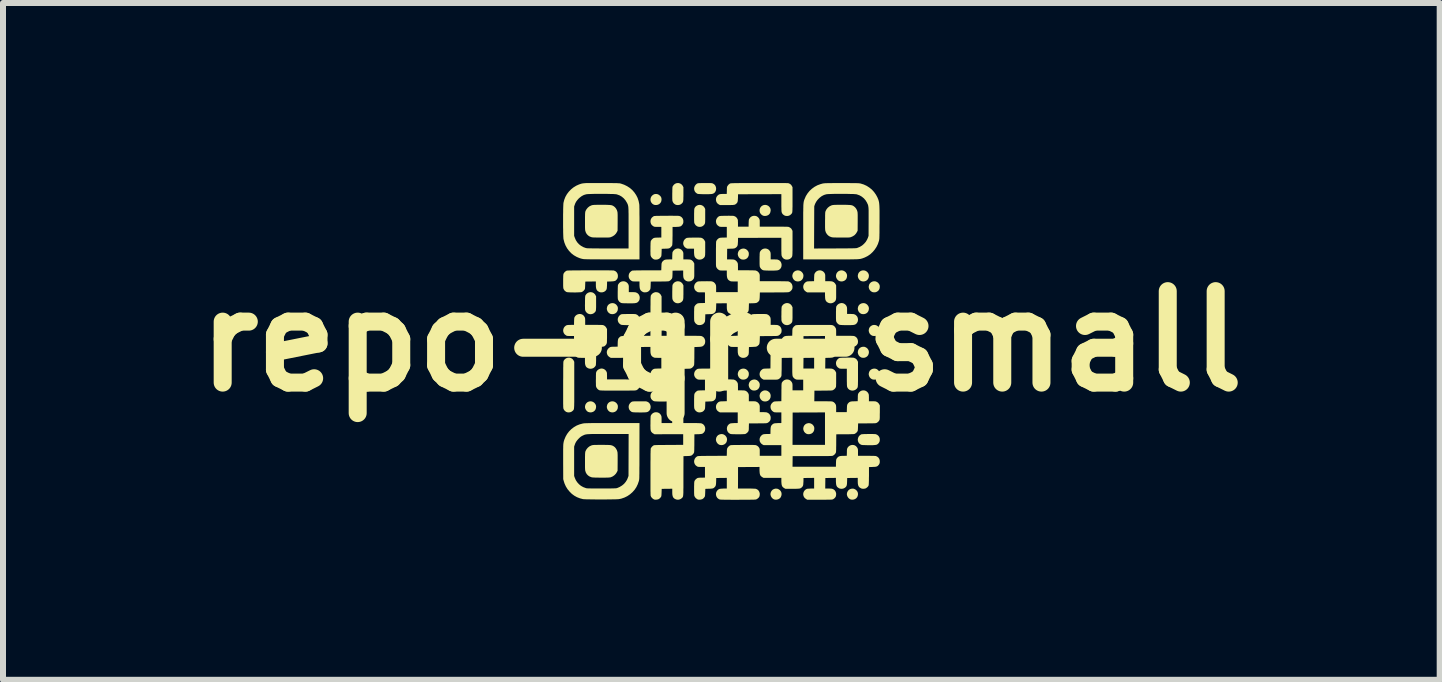
<source format=kicad_pcb>
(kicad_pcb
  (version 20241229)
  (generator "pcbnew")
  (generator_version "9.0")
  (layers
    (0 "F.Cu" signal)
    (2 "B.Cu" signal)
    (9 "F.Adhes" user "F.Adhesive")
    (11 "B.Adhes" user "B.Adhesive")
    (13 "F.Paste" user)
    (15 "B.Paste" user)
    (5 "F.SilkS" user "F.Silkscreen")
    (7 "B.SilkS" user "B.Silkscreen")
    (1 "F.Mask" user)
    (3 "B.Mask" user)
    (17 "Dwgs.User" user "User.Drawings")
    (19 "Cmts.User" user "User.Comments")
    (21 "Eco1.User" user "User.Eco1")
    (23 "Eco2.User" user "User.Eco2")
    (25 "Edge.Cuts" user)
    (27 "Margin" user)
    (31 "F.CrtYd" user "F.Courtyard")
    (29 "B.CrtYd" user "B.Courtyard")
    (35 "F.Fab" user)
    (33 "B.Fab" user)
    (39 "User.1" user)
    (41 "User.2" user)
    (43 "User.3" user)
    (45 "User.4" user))
  (footprint "repo-qr-small"
    (layer "F.Cu")
    (at 8.97 2.636)
    (property "Reference" "repo-qr-small" (at 0 0 0) (layer "F.SilkS") (effects (font (size 1.524 1.524) (thickness 0.3))))
    (attr board_only exclude_from_pos_files exclude_from_bom)
    (fp_poly (pts (xy -2.161 1.003) (xy -2.138 1.011) (xy -2.117 1.026) (xy -2.112 1.031) (xy -2.098 1.05) (xy -2.09 1.068) (xy -2.087 1.09) (xy -2.087 1.093) (xy -2.091 1.12) (xy -2.1 1.143) (xy -2.116 1.162) (xy -2.136 1.176) (xy -2.16 1.184) (xy -2.18 1.186) (xy -2.199 1.184) (xy -2.216 1.179) (xy -2.218 1.179) (xy -2.238 1.166) (xy -2.254 1.147) (xy -2.266 1.126) (xy -2.272 1.102) (xy -2.272 1.086) (xy -2.266 1.059) (xy -2.253 1.037) (xy -2.236 1.019) (xy -2.213 1.007) (xy -2.187 1.001) (xy -2.186 1.001)) (stroke (width 0) (type solid)) (fill yes) (layer "F.SilkS"))
    (fp_poly (pts (xy -1.798 -0.634) (xy -1.774 -0.626) (xy -1.753 -0.611) (xy -1.748 -0.605) (xy -1.734 -0.587) (xy -1.726 -0.568) (xy -1.724 -0.546) (xy -1.724 -0.544) (xy -1.727 -0.517) (xy -1.737 -0.494) (xy -1.752 -0.475) (xy -1.772 -0.461) (xy -1.796 -0.453) (xy -1.816 -0.451) (xy -1.836 -0.453) (xy -1.852 -0.457) (xy -1.854 -0.458) (xy -1.874 -0.471) (xy -1.891 -0.489) (xy -1.902 -0.511) (xy -1.908 -0.534) (xy -1.908 -0.551) (xy -1.902 -0.577) (xy -1.89 -0.6) (xy -1.872 -0.617) (xy -1.85 -0.629) (xy -1.823 -0.635) (xy -1.822 -0.635)) (stroke (width 0) (type solid)) (fill yes) (layer "F.SilkS"))
    (fp_poly (pts (xy -1.798 1.003) (xy -1.774 1.011) (xy -1.753 1.026) (xy -1.748 1.031) (xy -1.734 1.05) (xy -1.726 1.068) (xy -1.724 1.09) (xy -1.724 1.093) (xy -1.727 1.12) (xy -1.737 1.143) (xy -1.752 1.162) (xy -1.772 1.176) (xy -1.796 1.184) (xy -1.816 1.186) (xy -1.836 1.184) (xy -1.852 1.179) (xy -1.854 1.179) (xy -1.874 1.166) (xy -1.891 1.147) (xy -1.902 1.126) (xy -1.908 1.102) (xy -1.908 1.086) (xy -1.902 1.059) (xy -1.89 1.037) (xy -1.872 1.019) (xy -1.85 1.007) (xy -1.823 1.001) (xy -1.822 1.001)) (stroke (width 0) (type solid)) (fill yes) (layer "F.SilkS"))
    (fp_poly (pts (xy -1.434 0.275) (xy -1.411 0.284) (xy -1.39 0.298) (xy -1.384 0.304) (xy -1.37 0.322) (xy -1.363 0.341) (xy -1.36 0.363) (xy -1.36 0.366) (xy -1.363 0.392) (xy -1.373 0.415) (xy -1.388 0.434) (xy -1.408 0.448) (xy -1.433 0.456) (xy -1.453 0.458) (xy -1.472 0.457) (xy -1.489 0.452) (xy -1.491 0.451) (xy -1.511 0.438) (xy -1.527 0.42) (xy -1.539 0.398) (xy -1.544 0.375) (xy -1.545 0.358) (xy -1.538 0.332) (xy -1.526 0.31) (xy -1.508 0.292) (xy -1.486 0.28) (xy -1.46 0.274) (xy -1.459 0.274)) (stroke (width 0) (type solid)) (fill yes) (layer "F.SilkS"))
    (fp_poly (pts (xy -1.062 -2.45) (xy -1.039 -2.439) (xy -1.02 -2.422) (xy -1.019 -2.422) (xy -1.006 -2.404) (xy -0.999 -2.387) (xy -0.997 -2.367) (xy -0.997 -2.354) (xy -1.002 -2.328) (xy -1.014 -2.306) (xy -1.032 -2.288) (xy -1.04 -2.283) (xy -1.059 -2.274) (xy -1.082 -2.27) (xy -1.105 -2.27) (xy -1.125 -2.275) (xy -1.127 -2.276) (xy -1.149 -2.29) (xy -1.165 -2.308) (xy -1.176 -2.329) (xy -1.181 -2.352) (xy -1.18 -2.375) (xy -1.174 -2.397) (xy -1.162 -2.418) (xy -1.144 -2.435) (xy -1.134 -2.442) (xy -1.111 -2.452) (xy -1.086 -2.454)) (stroke (width 0) (type solid)) (fill yes) (layer "F.SilkS"))
    (fp_poly (pts (xy -0.707 0.639) (xy -0.683 0.647) (xy -0.662 0.662) (xy -0.657 0.668) (xy -0.643 0.686) (xy -0.635 0.705) (xy -0.633 0.727) (xy -0.633 0.729) (xy -0.636 0.756) (xy -0.646 0.779) (xy -0.661 0.798) (xy -0.681 0.812) (xy -0.705 0.82) (xy -0.725 0.822) (xy -0.745 0.82) (xy -0.761 0.816) (xy -0.763 0.815) (xy -0.783 0.802) (xy -0.8 0.784) (xy -0.811 0.762) (xy -0.817 0.739) (xy -0.817 0.722) (xy -0.811 0.696) (xy -0.799 0.673) (xy -0.781 0.656) (xy -0.759 0.644) (xy -0.732 0.638) (xy -0.731 0.637)) (stroke (width 0) (type solid)) (fill yes) (layer "F.SilkS"))
    (fp_poly (pts (xy 0.021 -0.452) (xy 0.044 -0.444) (xy 0.065 -0.429) (xy 0.07 -0.423) (xy 0.084 -0.405) (xy 0.092 -0.386) (xy 0.095 -0.364) (xy 0.095 -0.362) (xy 0.091 -0.335) (xy 0.082 -0.312) (xy 0.066 -0.293) (xy 0.046 -0.279) (xy 0.022 -0.271) (xy 0.002 -0.269) (xy -0.017 -0.271) (xy -0.034 -0.275) (xy -0.036 -0.276) (xy -0.056 -0.289) (xy -0.072 -0.307) (xy -0.084 -0.329) (xy -0.09 -0.352) (xy -0.09 -0.369) (xy -0.084 -0.395) (xy -0.071 -0.418) (xy -0.054 -0.435) (xy -0.031 -0.447) (xy -0.005 -0.453) (xy -0.004 -0.454)) (stroke (width 0) (type solid)) (fill yes) (layer "F.SilkS"))
    (fp_poly (pts (xy 0.021 0.093) (xy 0.044 0.102) (xy 0.065 0.116) (xy 0.07 0.122) (xy 0.084 0.141) (xy 0.092 0.159) (xy 0.095 0.181) (xy 0.095 0.184) (xy 0.091 0.21) (xy 0.082 0.234) (xy 0.066 0.252) (xy 0.046 0.266) (xy 0.022 0.275) (xy 0.002 0.276) (xy -0.017 0.275) (xy -0.034 0.27) (xy -0.036 0.269) (xy -0.056 0.256) (xy -0.072 0.238) (xy -0.084 0.216) (xy -0.09 0.193) (xy -0.09 0.177) (xy -0.084 0.15) (xy -0.071 0.128) (xy -0.054 0.11) (xy -0.031 0.098) (xy -0.005 0.092) (xy -0.004 0.092)) (stroke (width 0) (type solid)) (fill yes) (layer "F.SilkS"))
    (fp_poly (pts (xy 0.021 1.548) (xy 0.044 1.556) (xy 0.065 1.571) (xy 0.07 1.577) (xy 0.084 1.595) (xy 0.092 1.614) (xy 0.095 1.636) (xy 0.095 1.638) (xy 0.091 1.665) (xy 0.082 1.688) (xy 0.066 1.707) (xy 0.046 1.721) (xy 0.022 1.729) (xy 0.002 1.731) (xy -0.017 1.729) (xy -0.034 1.725) (xy -0.036 1.724) (xy -0.056 1.711) (xy -0.072 1.693) (xy -0.084 1.671) (xy -0.09 1.648) (xy -0.09 1.631) (xy -0.084 1.605) (xy -0.071 1.582) (xy -0.054 1.565) (xy -0.031 1.553) (xy -0.005 1.547) (xy -0.004 1.547)) (stroke (width 0) (type solid)) (fill yes) (layer "F.SilkS"))
    (fp_poly (pts (xy 0.384 -1.543) (xy 0.408 -1.535) (xy 0.429 -1.52) (xy 0.434 -1.514) (xy 0.448 -1.496) (xy 0.456 -1.477) (xy 0.458 -1.455) (xy 0.458 -1.453) (xy 0.455 -1.426) (xy 0.445 -1.403) (xy 0.43 -1.384) (xy 0.41 -1.37) (xy 0.386 -1.362) (xy 0.366 -1.36) (xy 0.346 -1.362) (xy 0.33 -1.366) (xy 0.328 -1.367) (xy 0.308 -1.38) (xy 0.291 -1.398) (xy 0.28 -1.42) (xy 0.274 -1.443) (xy 0.274 -1.46) (xy 0.28 -1.486) (xy 0.292 -1.509) (xy 0.31 -1.526) (xy 0.332 -1.538) (xy 0.359 -1.544) (xy 0.36 -1.545)) (stroke (width 0) (type solid)) (fill yes) (layer "F.SilkS"))
    (fp_poly (pts (xy 0.384 0.457) (xy 0.408 0.465) (xy 0.429 0.48) (xy 0.434 0.486) (xy 0.448 0.504) (xy 0.456 0.523) (xy 0.458 0.545) (xy 0.458 0.547) (xy 0.455 0.574) (xy 0.445 0.597) (xy 0.43 0.616) (xy 0.41 0.63) (xy 0.386 0.638) (xy 0.366 0.64) (xy 0.346 0.638) (xy 0.33 0.634) (xy 0.328 0.633) (xy 0.308 0.62) (xy 0.291 0.602) (xy 0.28 0.58) (xy 0.274 0.557) (xy 0.274 0.54) (xy 0.28 0.514) (xy 0.292 0.491) (xy 0.31 0.474) (xy 0.332 0.462) (xy 0.359 0.456) (xy 0.36 0.456)) (stroke (width 0) (type solid)) (fill yes) (layer "F.SilkS"))
    (fp_poly (pts (xy 0.566 0.639) (xy 0.59 0.647) (xy 0.61 0.662) (xy 0.616 0.668) (xy 0.63 0.686) (xy 0.638 0.705) (xy 0.64 0.727) (xy 0.64 0.729) (xy 0.637 0.756) (xy 0.627 0.779) (xy 0.612 0.798) (xy 0.592 0.812) (xy 0.568 0.82) (xy 0.547 0.822) (xy 0.528 0.82) (xy 0.511 0.816) (xy 0.51 0.815) (xy 0.489 0.802) (xy 0.473 0.784) (xy 0.462 0.762) (xy 0.456 0.739) (xy 0.456 0.722) (xy 0.462 0.696) (xy 0.474 0.673) (xy 0.492 0.656) (xy 0.514 0.644) (xy 0.541 0.638) (xy 0.542 0.637)) (stroke (width 0) (type solid)) (fill yes) (layer "F.SilkS"))
    (fp_poly (pts (xy 0.748 0.821) (xy 0.771 0.829) (xy 0.792 0.844) (xy 0.798 0.849) (xy 0.812 0.868) (xy 0.819 0.887) (xy 0.822 0.908) (xy 0.822 0.911) (xy 0.819 0.938) (xy 0.809 0.961) (xy 0.794 0.98) (xy 0.774 0.994) (xy 0.75 1.002) (xy 0.729 1.004) (xy 0.71 1.002) (xy 0.693 0.998) (xy 0.691 0.997) (xy 0.671 0.984) (xy 0.655 0.966) (xy 0.643 0.944) (xy 0.638 0.92) (xy 0.637 0.904) (xy 0.644 0.877) (xy 0.656 0.855) (xy 0.674 0.838) (xy 0.696 0.825) (xy 0.722 0.819) (xy 0.723 0.819)) (stroke (width 0) (type solid)) (fill yes) (layer "F.SilkS"))
    (fp_poly (pts (xy 0.756 -2.268) (xy 0.779 -2.258) (xy 0.799 -2.241) (xy 0.799 -2.24) (xy 0.812 -2.223) (xy 0.819 -2.205) (xy 0.822 -2.185) (xy 0.821 -2.173) (xy 0.816 -2.147) (xy 0.805 -2.124) (xy 0.787 -2.106) (xy 0.779 -2.101) (xy 0.759 -2.092) (xy 0.736 -2.088) (xy 0.713 -2.088) (xy 0.693 -2.093) (xy 0.691 -2.094) (xy 0.67 -2.108) (xy 0.653 -2.126) (xy 0.642 -2.147) (xy 0.637 -2.17) (xy 0.638 -2.193) (xy 0.644 -2.215) (xy 0.656 -2.236) (xy 0.674 -2.254) (xy 0.684 -2.26) (xy 0.708 -2.27) (xy 0.732 -2.272)) (stroke (width 0) (type solid)) (fill yes) (layer "F.SilkS"))
    (fp_poly (pts (xy 0.93 2.457) (xy 0.953 2.466) (xy 0.974 2.48) (xy 0.98 2.486) (xy 0.993 2.504) (xy 1.001 2.523) (xy 1.004 2.545) (xy 1.004 2.548) (xy 1 2.574) (xy 0.991 2.597) (xy 0.976 2.616) (xy 0.955 2.63) (xy 0.931 2.638) (xy 0.911 2.64) (xy 0.892 2.639) (xy 0.875 2.634) (xy 0.873 2.633) (xy 0.853 2.62) (xy 0.837 2.602) (xy 0.825 2.58) (xy 0.819 2.557) (xy 0.819 2.54) (xy 0.825 2.514) (xy 0.838 2.492) (xy 0.855 2.474) (xy 0.878 2.462) (xy 0.904 2.456) (xy 0.905 2.456)) (stroke (width 0) (type solid)) (fill yes) (layer "F.SilkS"))
    (fp_poly (pts (xy 1.294 -1.179) (xy 1.317 -1.171) (xy 1.338 -1.156) (xy 1.343 -1.151) (xy 1.357 -1.132) (xy 1.365 -1.114) (xy 1.368 -1.092) (xy 1.368 -1.089) (xy 1.364 -1.062) (xy 1.354 -1.039) (xy 1.339 -1.02) (xy 1.319 -1.006) (xy 1.295 -0.998) (xy 1.275 -0.996) (xy 1.255 -0.998) (xy 1.239 -1.003) (xy 1.237 -1.003) (xy 1.217 -1.016) (xy 1.2 -1.035) (xy 1.189 -1.056) (xy 1.183 -1.08) (xy 1.183 -1.096) (xy 1.189 -1.123) (xy 1.201 -1.145) (xy 1.219 -1.163) (xy 1.241 -1.175) (xy 1.268 -1.181) (xy 1.269 -1.181)) (stroke (width 0) (type solid)) (fill yes) (layer "F.SilkS"))
    (fp_poly (pts (xy 1.475 1.366) (xy 1.499 1.375) (xy 1.52 1.389) (xy 1.525 1.395) (xy 1.539 1.413) (xy 1.547 1.432) (xy 1.549 1.454) (xy 1.549 1.457) (xy 1.546 1.483) (xy 1.536 1.506) (xy 1.521 1.525) (xy 1.501 1.539) (xy 1.477 1.547) (xy 1.457 1.549) (xy 1.437 1.548) (xy 1.421 1.543) (xy 1.419 1.542) (xy 1.399 1.529) (xy 1.382 1.511) (xy 1.371 1.489) (xy 1.365 1.466) (xy 1.365 1.449) (xy 1.371 1.423) (xy 1.383 1.401) (xy 1.401 1.383) (xy 1.423 1.371) (xy 1.45 1.365) (xy 1.451 1.365)) (stroke (width 0) (type solid)) (fill yes) (layer "F.SilkS"))
    (fp_poly (pts (xy 2.021 -1.179) (xy 2.044 -1.171) (xy 2.065 -1.156) (xy 2.071 -1.151) (xy 2.084 -1.132) (xy 2.092 -1.114) (xy 2.095 -1.092) (xy 2.095 -1.089) (xy 2.091 -1.062) (xy 2.082 -1.039) (xy 2.067 -1.02) (xy 2.046 -1.006) (xy 2.022 -0.998) (xy 2.002 -0.996) (xy 1.983 -0.998) (xy 1.966 -1.003) (xy 1.964 -1.003) (xy 1.944 -1.016) (xy 1.928 -1.035) (xy 1.916 -1.056) (xy 1.91 -1.08) (xy 1.91 -1.096) (xy 1.916 -1.123) (xy 1.929 -1.145) (xy 1.946 -1.163) (xy 1.969 -1.175) (xy 1.995 -1.181) (xy 1.996 -1.181)) (stroke (width 0) (type solid)) (fill yes) (layer "F.SilkS"))
    (fp_poly (pts (xy 2.203 2.457) (xy 2.226 2.466) (xy 2.247 2.48) (xy 2.252 2.486) (xy 2.266 2.504) (xy 2.274 2.523) (xy 2.277 2.545) (xy 2.277 2.548) (xy 2.273 2.574) (xy 2.264 2.597) (xy 2.248 2.616) (xy 2.228 2.63) (xy 2.204 2.638) (xy 2.184 2.64) (xy 2.165 2.639) (xy 2.148 2.634) (xy 2.146 2.633) (xy 2.126 2.62) (xy 2.11 2.602) (xy 2.098 2.58) (xy 2.092 2.557) (xy 2.092 2.54) (xy 2.098 2.514) (xy 2.111 2.492) (xy 2.128 2.474) (xy 2.151 2.462) (xy 2.177 2.456) (xy 2.178 2.456)) (stroke (width 0) (type solid)) (fill yes) (layer "F.SilkS"))
    (fp_poly (pts (xy 2.385 -1.179) (xy 2.408 -1.171) (xy 2.429 -1.156) (xy 2.434 -1.151) (xy 2.448 -1.132) (xy 2.456 -1.114) (xy 2.459 -1.092) (xy 2.459 -1.089) (xy 2.455 -1.062) (xy 2.445 -1.039) (xy 2.43 -1.02) (xy 2.41 -1.006) (xy 2.386 -0.998) (xy 2.366 -0.996) (xy 2.346 -0.998) (xy 2.33 -1.003) (xy 2.328 -1.003) (xy 2.308 -1.016) (xy 2.291 -1.035) (xy 2.28 -1.056) (xy 2.274 -1.08) (xy 2.274 -1.096) (xy 2.28 -1.123) (xy 2.292 -1.145) (xy 2.31 -1.163) (xy 2.332 -1.175) (xy 2.359 -1.181) (xy 2.36 -1.181)) (stroke (width 0) (type solid)) (fill yes) (layer "F.SilkS"))
    (fp_poly (pts (xy 2.385 -0.634) (xy 2.408 -0.626) (xy 2.429 -0.611) (xy 2.434 -0.605) (xy 2.448 -0.587) (xy 2.456 -0.568) (xy 2.459 -0.546) (xy 2.459 -0.544) (xy 2.455 -0.517) (xy 2.445 -0.494) (xy 2.43 -0.475) (xy 2.41 -0.461) (xy 2.386 -0.453) (xy 2.366 -0.451) (xy 2.346 -0.453) (xy 2.33 -0.457) (xy 2.328 -0.458) (xy 2.308 -0.471) (xy 2.291 -0.489) (xy 2.28 -0.511) (xy 2.274 -0.534) (xy 2.274 -0.551) (xy 2.28 -0.577) (xy 2.292 -0.6) (xy 2.31 -0.617) (xy 2.332 -0.629) (xy 2.359 -0.635) (xy 2.36 -0.635)) (stroke (width 0) (type solid)) (fill yes) (layer "F.SilkS"))
    (fp_poly (pts (xy 2.385 0.093) (xy 2.408 0.102) (xy 2.429 0.116) (xy 2.434 0.122) (xy 2.448 0.141) (xy 2.456 0.159) (xy 2.459 0.181) (xy 2.459 0.184) (xy 2.455 0.21) (xy 2.445 0.234) (xy 2.43 0.252) (xy 2.41 0.266) (xy 2.386 0.275) (xy 2.366 0.276) (xy 2.346 0.275) (xy 2.33 0.27) (xy 2.328 0.269) (xy 2.308 0.256) (xy 2.291 0.238) (xy 2.28 0.216) (xy 2.274 0.193) (xy 2.274 0.177) (xy 2.28 0.15) (xy 2.292 0.128) (xy 2.31 0.11) (xy 2.332 0.098) (xy 2.359 0.092) (xy 2.36 0.092)) (stroke (width 0) (type solid)) (fill yes) (layer "F.SilkS"))
    (fp_poly (pts (xy 2.566 -0.998) (xy 2.59 -0.989) (xy 2.611 -0.975) (xy 2.616 -0.969) (xy 2.63 -0.95) (xy 2.638 -0.932) (xy 2.64 -0.91) (xy 2.64 -0.907) (xy 2.637 -0.881) (xy 2.627 -0.857) (xy 2.612 -0.839) (xy 2.592 -0.825) (xy 2.568 -0.816) (xy 2.548 -0.815) (xy 2.528 -0.816) (xy 2.512 -0.821) (xy 2.51 -0.822) (xy 2.49 -0.835) (xy 2.473 -0.853) (xy 2.462 -0.875) (xy 2.456 -0.898) (xy 2.456 -0.914) (xy 2.462 -0.941) (xy 2.474 -0.963) (xy 2.492 -0.981) (xy 2.514 -0.993) (xy 2.541 -0.999) (xy 2.542 -0.999)) (stroke (width 0) (type solid)) (fill yes) (layer "F.SilkS"))
    (fp_poly (pts (xy 2.566 -0.27) (xy 2.59 -0.262) (xy 2.611 -0.247) (xy 2.616 -0.242) (xy 2.63 -0.223) (xy 2.638 -0.204) (xy 2.64 -0.183) (xy 2.64 -0.18) (xy 2.637 -0.153) (xy 2.627 -0.13) (xy 2.612 -0.111) (xy 2.592 -0.097) (xy 2.568 -0.089) (xy 2.548 -0.087) (xy 2.528 -0.089) (xy 2.512 -0.093) (xy 2.51 -0.094) (xy 2.49 -0.107) (xy 2.473 -0.125) (xy 2.462 -0.147) (xy 2.456 -0.171) (xy 2.456 -0.187) (xy 2.462 -0.214) (xy 2.474 -0.236) (xy 2.492 -0.253) (xy 2.514 -0.266) (xy 2.541 -0.272) (xy 2.542 -0.272)) (stroke (width 0) (type solid)) (fill yes) (layer "F.SilkS"))
    (fp_poly (pts (xy 2.566 0.457) (xy 2.59 0.465) (xy 2.611 0.48) (xy 2.616 0.486) (xy 2.63 0.504) (xy 2.638 0.523) (xy 2.64 0.545) (xy 2.64 0.547) (xy 2.637 0.574) (xy 2.627 0.597) (xy 2.612 0.616) (xy 2.592 0.63) (xy 2.568 0.638) (xy 2.548 0.64) (xy 2.528 0.638) (xy 2.512 0.634) (xy 2.51 0.633) (xy 2.49 0.62) (xy 2.473 0.602) (xy 2.462 0.58) (xy 2.456 0.557) (xy 2.456 0.54) (xy 2.462 0.514) (xy 2.474 0.491) (xy 2.492 0.474) (xy 2.514 0.462) (xy 2.541 0.456) (xy 2.542 0.456)) (stroke (width 0) (type solid)) (fill yes) (layer "F.SilkS"))
    (fp_poly (pts (xy -2.162 -0.816) (xy -2.14 -0.81) (xy -2.121 -0.797) (xy -2.104 -0.78) (xy -2.098 -0.769) (xy -2.087 -0.748) (xy -2.087 -0.634) (xy -2.087 -0.599) (xy -2.087 -0.571) (xy -2.088 -0.549) (xy -2.089 -0.532) (xy -2.09 -0.518) (xy -2.092 -0.508) (xy -2.095 -0.5) (xy -2.099 -0.493) (xy -2.105 -0.486) (xy -2.11 -0.48) (xy -2.128 -0.465) (xy -2.15 -0.455) (xy -2.175 -0.45) (xy -2.199 -0.452) (xy -2.222 -0.46) (xy -2.226 -0.462) (xy -2.246 -0.478) (xy -2.262 -0.499) (xy -2.269 -0.517) (xy -2.271 -0.526) (xy -2.272 -0.542) (xy -2.272 -0.564) (xy -2.273 -0.593) (xy -2.272 -0.63) (xy -2.272 -0.642) (xy -2.272 -0.674) (xy -2.271 -0.699) (xy -2.271 -0.719) (xy -2.27 -0.734) (xy -2.269 -0.744) (xy -2.268 -0.752) (xy -2.267 -0.758) (xy -2.265 -0.763) (xy -2.263 -0.767) (xy -2.248 -0.788) (xy -2.229 -0.803) (xy -2.208 -0.813) (xy -2.185 -0.818)) (stroke (width 0) (type solid)) (fill yes) (layer "F.SilkS"))
    (fp_poly (pts (xy -0.708 -2.635) (xy -0.686 -2.628) (xy -0.666 -2.616) (xy -0.649 -2.598) (xy -0.643 -2.587) (xy -0.632 -2.567) (xy -0.632 -2.452) (xy -0.632 -2.417) (xy -0.633 -2.39) (xy -0.633 -2.367) (xy -0.634 -2.35) (xy -0.636 -2.337) (xy -0.638 -2.326) (xy -0.641 -2.318) (xy -0.645 -2.311) (xy -0.65 -2.305) (xy -0.655 -2.299) (xy -0.673 -2.283) (xy -0.696 -2.273) (xy -0.72 -2.269) (xy -0.744 -2.27) (xy -0.768 -2.278) (xy -0.771 -2.28) (xy -0.792 -2.296) (xy -0.807 -2.317) (xy -0.814 -2.335) (xy -0.816 -2.344) (xy -0.817 -2.36) (xy -0.818 -2.382) (xy -0.818 -2.411) (xy -0.818 -2.448) (xy -0.818 -2.46) (xy -0.817 -2.492) (xy -0.817 -2.518) (xy -0.816 -2.537) (xy -0.816 -2.552) (xy -0.815 -2.563) (xy -0.814 -2.571) (xy -0.812 -2.577) (xy -0.81 -2.582) (xy -0.808 -2.585) (xy -0.793 -2.606) (xy -0.774 -2.622) (xy -0.753 -2.632) (xy -0.73 -2.636)) (stroke (width 0) (type solid)) (fill yes) (layer "F.SilkS"))
    (fp_poly (pts (xy -0.708 -0.998) (xy -0.686 -0.992) (xy -0.666 -0.979) (xy -0.649 -0.962) (xy -0.643 -0.951) (xy -0.632 -0.93) (xy -0.632 -0.816) (xy -0.632 -0.781) (xy -0.633 -0.753) (xy -0.633 -0.731) (xy -0.634 -0.714) (xy -0.636 -0.7) (xy -0.638 -0.69) (xy -0.641 -0.682) (xy -0.645 -0.675) (xy -0.65 -0.668) (xy -0.655 -0.662) (xy -0.673 -0.647) (xy -0.696 -0.637) (xy -0.72 -0.632) (xy -0.744 -0.634) (xy -0.768 -0.642) (xy -0.771 -0.644) (xy -0.792 -0.66) (xy -0.807 -0.681) (xy -0.814 -0.699) (xy -0.816 -0.708) (xy -0.817 -0.723) (xy -0.818 -0.746) (xy -0.818 -0.775) (xy -0.818 -0.811) (xy -0.818 -0.824) (xy -0.817 -0.856) (xy -0.817 -0.881) (xy -0.816 -0.901) (xy -0.816 -0.915) (xy -0.815 -0.926) (xy -0.814 -0.934) (xy -0.812 -0.94) (xy -0.81 -0.945) (xy -0.808 -0.949) (xy -0.793 -0.97) (xy -0.774 -0.985) (xy -0.753 -0.995) (xy -0.73 -0.999)) (stroke (width 0) (type solid)) (fill yes) (layer "F.SilkS"))
    (fp_poly (pts (xy -0.344 -2.271) (xy -0.322 -2.264) (xy -0.302 -2.252) (xy -0.286 -2.234) (xy -0.279 -2.224) (xy -0.269 -2.203) (xy -0.269 -2.088) (xy -0.269 -2.054) (xy -0.269 -2.026) (xy -0.27 -2.004) (xy -0.27 -1.986) (xy -0.272 -1.973) (xy -0.274 -1.963) (xy -0.277 -1.955) (xy -0.281 -1.948) (xy -0.286 -1.941) (xy -0.291 -1.935) (xy -0.31 -1.919) (xy -0.332 -1.909) (xy -0.356 -1.905) (xy -0.381 -1.907) (xy -0.404 -1.915) (xy -0.407 -1.917) (xy -0.428 -1.933) (xy -0.443 -1.954) (xy -0.451 -1.972) (xy -0.452 -1.981) (xy -0.453 -1.996) (xy -0.454 -2.019) (xy -0.454 -2.048) (xy -0.454 -2.084) (xy -0.454 -2.097) (xy -0.454 -2.129) (xy -0.453 -2.154) (xy -0.453 -2.173) (xy -0.452 -2.188) (xy -0.451 -2.199) (xy -0.45 -2.207) (xy -0.448 -2.213) (xy -0.446 -2.218) (xy -0.445 -2.222) (xy -0.43 -2.243) (xy -0.411 -2.258) (xy -0.389 -2.268) (xy -0.367 -2.272)) (stroke (width 0) (type solid)) (fill yes) (layer "F.SilkS"))
    (fp_poly (pts (xy 1.111 -0.635) (xy 1.133 -0.628) (xy 1.152 -0.616) (xy 1.169 -0.598) (xy 1.175 -0.587) (xy 1.186 -0.566) (xy 1.186 -0.452) (xy 1.186 -0.417) (xy 1.186 -0.389) (xy 1.185 -0.367) (xy 1.184 -0.35) (xy 1.183 -0.337) (xy 1.181 -0.326) (xy 1.178 -0.318) (xy 1.174 -0.311) (xy 1.169 -0.304) (xy 1.163 -0.298) (xy 1.145 -0.283) (xy 1.123 -0.273) (xy 1.098 -0.268) (xy 1.074 -0.27) (xy 1.051 -0.278) (xy 1.047 -0.28) (xy 1.027 -0.296) (xy 1.011 -0.317) (xy 1.004 -0.335) (xy 1.002 -0.344) (xy 1.001 -0.36) (xy 1.001 -0.382) (xy 1 -0.411) (xy 1.001 -0.448) (xy 1.001 -0.46) (xy 1.001 -0.492) (xy 1.002 -0.517) (xy 1.002 -0.537) (xy 1.003 -0.552) (xy 1.004 -0.563) (xy 1.005 -0.571) (xy 1.006 -0.577) (xy 1.008 -0.582) (xy 1.01 -0.585) (xy 1.025 -0.606) (xy 1.044 -0.621) (xy 1.065 -0.631) (xy 1.088 -0.636)) (stroke (width 0) (type solid)) (fill yes) (layer "F.SilkS"))
    (fp_poly (pts (xy -1.479 -0.454) (xy -1.454 -0.453) (xy -1.437 -0.452) (xy -1.427 -0.451) (xy -1.426 -0.451) (xy -1.402 -0.44) (xy -1.383 -0.424) (xy -1.369 -0.404) (xy -1.362 -0.379) (xy -1.36 -0.361) (xy -1.362 -0.339) (xy -1.367 -0.32) (xy -1.378 -0.303) (xy -1.382 -0.298) (xy -1.392 -0.288) (xy -1.402 -0.281) (xy -1.415 -0.276) (xy -1.43 -0.272) (xy -1.45 -0.27) (xy -1.475 -0.269) (xy -1.485 -0.268) (xy -1.512 -0.268) (xy -1.542 -0.268) (xy -1.573 -0.268) (xy -1.601 -0.269) (xy -1.604 -0.269) (xy -1.627 -0.27) (xy -1.644 -0.271) (xy -1.656 -0.272) (xy -1.665 -0.273) (xy -1.672 -0.276) (xy -1.679 -0.279) (xy -1.682 -0.281) (xy -1.702 -0.297) (xy -1.716 -0.316) (xy -1.724 -0.337) (xy -1.727 -0.36) (xy -1.724 -0.383) (xy -1.715 -0.405) (xy -1.701 -0.425) (xy -1.681 -0.442) (xy -1.674 -0.446) (xy -1.67 -0.448) (xy -1.664 -0.449) (xy -1.657 -0.451) (xy -1.647 -0.452) (xy -1.633 -0.452) (xy -1.614 -0.453) (xy -1.59 -0.453) (xy -1.56 -0.454) (xy -1.551 -0.454) (xy -1.511 -0.454)) (stroke (width 0) (type solid)) (fill yes) (layer "F.SilkS"))
    (fp_poly (pts (xy -1.297 1.001) (xy -1.272 1.001) (xy -1.255 1.002) (xy -1.245 1.004) (xy -1.244 1.004) (xy -1.221 1.014) (xy -1.201 1.03) (xy -1.188 1.051) (xy -1.18 1.075) (xy -1.178 1.093) (xy -1.18 1.116) (xy -1.186 1.135) (xy -1.196 1.152) (xy -1.2 1.156) (xy -1.21 1.166) (xy -1.221 1.174) (xy -1.233 1.179) (xy -1.248 1.183) (xy -1.268 1.185) (xy -1.293 1.186) (xy -1.303 1.186) (xy -1.33 1.187) (xy -1.361 1.187) (xy -1.392 1.186) (xy -1.419 1.186) (xy -1.422 1.186) (xy -1.445 1.185) (xy -1.462 1.184) (xy -1.474 1.183) (xy -1.483 1.181) (xy -1.49 1.179) (xy -1.497 1.176) (xy -1.5 1.174) (xy -1.52 1.158) (xy -1.534 1.139) (xy -1.542 1.117) (xy -1.545 1.094) (xy -1.542 1.071) (xy -1.533 1.049) (xy -1.519 1.029) (xy -1.5 1.013) (xy -1.493 1.009) (xy -1.488 1.007) (xy -1.483 1.005) (xy -1.475 1.004) (xy -1.465 1.003) (xy -1.451 1.002) (xy -1.433 1.002) (xy -1.409 1.001) (xy -1.378 1.001) (xy -1.369 1.001) (xy -1.33 1.001)) (stroke (width 0) (type solid)) (fill yes) (layer "F.SilkS"))
    (fp_poly (pts (xy -0.934 0.819) (xy -0.909 0.82) (xy -0.891 0.821) (xy -0.881 0.822) (xy -0.881 0.822) (xy -0.857 0.832) (xy -0.838 0.848) (xy -0.824 0.869) (xy -0.816 0.893) (xy -0.814 0.912) (xy -0.816 0.934) (xy -0.822 0.953) (xy -0.833 0.97) (xy -0.837 0.974) (xy -0.847 0.984) (xy -0.857 0.992) (xy -0.869 0.997) (xy -0.884 1.001) (xy -0.904 1.003) (xy -0.93 1.004) (xy -0.94 1.005) (xy -0.966 1.005) (xy -0.997 1.005) (xy -1.028 1.005) (xy -1.056 1.004) (xy -1.059 1.004) (xy -1.082 1.003) (xy -1.099 1.002) (xy -1.111 1.001) (xy -1.12 0.999) (xy -1.127 0.997) (xy -1.133 0.994) (xy -1.137 0.992) (xy -1.157 0.976) (xy -1.171 0.957) (xy -1.179 0.935) (xy -1.181 0.912) (xy -1.178 0.889) (xy -1.17 0.867) (xy -1.156 0.848) (xy -1.136 0.831) (xy -1.129 0.827) (xy -1.124 0.825) (xy -1.119 0.823) (xy -1.111 0.822) (xy -1.101 0.821) (xy -1.087 0.82) (xy -1.069 0.82) (xy -1.045 0.819) (xy -1.014 0.819) (xy -1.006 0.819) (xy -0.966 0.819)) (stroke (width 0) (type solid)) (fill yes) (layer "F.SilkS"))
    (fp_poly (pts (xy -0.206 -2.636) (xy -0.181 -2.635) (xy -0.164 -2.634) (xy -0.154 -2.633) (xy -0.153 -2.633) (xy -0.13 -2.622) (xy -0.11 -2.606) (xy -0.097 -2.586) (xy -0.089 -2.561) (xy -0.087 -2.543) (xy -0.089 -2.521) (xy -0.095 -2.502) (xy -0.105 -2.485) (xy -0.109 -2.48) (xy -0.119 -2.47) (xy -0.13 -2.463) (xy -0.142 -2.458) (xy -0.157 -2.454) (xy -0.177 -2.452) (xy -0.202 -2.451) (xy -0.212 -2.45) (xy -0.239 -2.45) (xy -0.27 -2.45) (xy -0.301 -2.45) (xy -0.328 -2.451) (xy -0.331 -2.451) (xy -0.354 -2.452) (xy -0.371 -2.453) (xy -0.383 -2.454) (xy -0.392 -2.455) (xy -0.399 -2.458) (xy -0.406 -2.461) (xy -0.409 -2.463) (xy -0.429 -2.479) (xy -0.443 -2.498) (xy -0.451 -2.519) (xy -0.454 -2.542) (xy -0.451 -2.565) (xy -0.442 -2.587) (xy -0.428 -2.607) (xy -0.409 -2.624) (xy -0.402 -2.628) (xy -0.397 -2.63) (xy -0.392 -2.631) (xy -0.384 -2.633) (xy -0.374 -2.634) (xy -0.36 -2.634) (xy -0.342 -2.635) (xy -0.318 -2.635) (xy -0.287 -2.636) (xy -0.278 -2.636) (xy -0.239 -2.636)) (stroke (width 0) (type solid)) (fill yes) (layer "F.SilkS"))
    (fp_poly (pts (xy 2.521 1.546) (xy 2.546 1.547) (xy 2.564 1.548) (xy 2.574 1.549) (xy 2.574 1.549) (xy 2.598 1.56) (xy 2.617 1.576) (xy 2.631 1.596) (xy 2.639 1.621) (xy 2.64 1.639) (xy 2.639 1.662) (xy 2.633 1.68) (xy 2.622 1.697) (xy 2.618 1.702) (xy 2.608 1.712) (xy 2.598 1.719) (xy 2.586 1.725) (xy 2.57 1.728) (xy 2.551 1.73) (xy 2.525 1.732) (xy 2.515 1.732) (xy 2.488 1.732) (xy 2.458 1.732) (xy 2.427 1.732) (xy 2.399 1.731) (xy 2.396 1.731) (xy 2.373 1.73) (xy 2.356 1.73) (xy 2.344 1.728) (xy 2.335 1.727) (xy 2.328 1.724) (xy 2.322 1.721) (xy 2.318 1.719) (xy 2.298 1.704) (xy 2.284 1.684) (xy 2.276 1.663) (xy 2.273 1.64) (xy 2.277 1.617) (xy 2.285 1.595) (xy 2.299 1.575) (xy 2.319 1.559) (xy 2.326 1.555) (xy 2.33 1.552) (xy 2.336 1.551) (xy 2.343 1.55) (xy 2.354 1.549) (xy 2.367 1.548) (xy 2.386 1.547) (xy 2.41 1.547) (xy 2.44 1.546) (xy 2.449 1.546) (xy 2.489 1.546)) (stroke (width 0) (type solid)) (fill yes) (layer "F.SilkS"))
    (fp_poly (pts (xy -0.388 -1.727) (xy -0.363 -1.726) (xy -0.346 -1.725) (xy -0.336 -1.724) (xy -0.335 -1.724) (xy -0.311 -1.713) (xy -0.292 -1.697) (xy -0.279 -1.678) (xy -0.269 -1.657) (xy -0.269 -1.543) (xy -0.269 -1.508) (xy -0.269 -1.48) (xy -0.27 -1.458) (xy -0.27 -1.441) (xy -0.272 -1.428) (xy -0.274 -1.417) (xy -0.277 -1.409) (xy -0.281 -1.402) (xy -0.286 -1.395) (xy -0.291 -1.389) (xy -0.31 -1.374) (xy -0.332 -1.364) (xy -0.356 -1.36) (xy -0.381 -1.361) (xy -0.404 -1.369) (xy -0.407 -1.371) (xy -0.423 -1.382) (xy -0.435 -1.394) (xy -0.444 -1.408) (xy -0.45 -1.426) (xy -0.453 -1.449) (xy -0.455 -1.478) (xy -0.455 -1.489) (xy -0.455 -1.542) (xy -0.512 -1.542) (xy -0.535 -1.542) (xy -0.551 -1.542) (xy -0.562 -1.543) (xy -0.571 -1.544) (xy -0.577 -1.547) (xy -0.584 -1.55) (xy -0.589 -1.553) (xy -0.61 -1.568) (xy -0.624 -1.588) (xy -0.633 -1.609) (xy -0.636 -1.632) (xy -0.633 -1.655) (xy -0.625 -1.677) (xy -0.611 -1.697) (xy -0.591 -1.714) (xy -0.583 -1.718) (xy -0.579 -1.721) (xy -0.573 -1.722) (xy -0.566 -1.723) (xy -0.556 -1.724) (xy -0.542 -1.725) (xy -0.523 -1.726) (xy -0.499 -1.726) (xy -0.469 -1.727) (xy -0.46 -1.727) (xy -0.42 -1.727)) (stroke (width 0) (type solid)) (fill yes) (layer "F.SilkS"))
    (fp_poly (pts (xy -2.527 0.274) (xy -2.505 0.281) (xy -2.485 0.292) (xy -2.469 0.31) (xy -2.461 0.322) (xy -2.451 0.343) (xy -2.451 0.73) (xy -2.451 0.794) (xy -2.451 0.85) (xy -2.451 0.9) (xy -2.451 0.944) (xy -2.451 0.982) (xy -2.451 1.015) (xy -2.452 1.042) (xy -2.452 1.066) (xy -2.453 1.085) (xy -2.454 1.101) (xy -2.455 1.113) (xy -2.456 1.123) (xy -2.458 1.131) (xy -2.459 1.137) (xy -2.462 1.142) (xy -2.464 1.146) (xy -2.467 1.149) (xy -2.47 1.153) (xy -2.473 1.156) (xy -2.492 1.172) (xy -2.514 1.182) (xy -2.538 1.186) (xy -2.563 1.185) (xy -2.586 1.177) (xy -2.589 1.175) (xy -2.61 1.159) (xy -2.625 1.138) (xy -2.633 1.119) (xy -2.633 1.114) (xy -2.634 1.104) (xy -2.635 1.089) (xy -2.635 1.069) (xy -2.636 1.043) (xy -2.636 1.011) (xy -2.636 0.973) (xy -2.636 0.929) (xy -2.636 0.878) (xy -2.636 0.82) (xy -2.636 0.755) (xy -2.636 0.722) (xy -2.636 0.659) (xy -2.635 0.604) (xy -2.635 0.555) (xy -2.635 0.513) (xy -2.635 0.477) (xy -2.635 0.445) (xy -2.634 0.419) (xy -2.634 0.397) (xy -2.634 0.379) (xy -2.633 0.365) (xy -2.633 0.353) (xy -2.632 0.345) (xy -2.631 0.338) (xy -2.63 0.333) (xy -2.629 0.33) (xy -2.628 0.327) (xy -2.628 0.326) (xy -2.613 0.305) (xy -2.594 0.289) (xy -2.573 0.278) (xy -2.55 0.274)) (stroke (width 0) (type solid)) (fill yes) (layer "F.SilkS"))
    (fp_poly (pts (xy -1.617 -0.998) (xy -1.595 -0.991) (xy -1.575 -0.979) (xy -1.558 -0.961) (xy -1.552 -0.951) (xy -1.548 -0.943) (xy -1.545 -0.936) (xy -1.544 -0.928) (xy -1.542 -0.918) (xy -1.542 -0.904) (xy -1.542 -0.884) (xy -1.542 -0.875) (xy -1.542 -0.818) (xy -1.49 -0.818) (xy -1.47 -0.818) (xy -1.451 -0.817) (xy -1.436 -0.816) (xy -1.426 -0.814) (xy -1.425 -0.814) (xy -1.401 -0.803) (xy -1.382 -0.787) (xy -1.369 -0.766) (xy -1.361 -0.742) (xy -1.36 -0.725) (xy -1.362 -0.702) (xy -1.367 -0.684) (xy -1.378 -0.667) (xy -1.382 -0.662) (xy -1.392 -0.652) (xy -1.402 -0.645) (xy -1.415 -0.639) (xy -1.43 -0.636) (xy -1.45 -0.633) (xy -1.475 -0.632) (xy -1.485 -0.632) (xy -1.512 -0.632) (xy -1.542 -0.632) (xy -1.573 -0.632) (xy -1.601 -0.633) (xy -1.604 -0.633) (xy -1.627 -0.633) (xy -1.644 -0.634) (xy -1.656 -0.635) (xy -1.665 -0.637) (xy -1.672 -0.639) (xy -1.679 -0.643) (xy -1.682 -0.645) (xy -1.702 -0.66) (xy -1.716 -0.681) (xy -1.724 -0.699) (xy -1.725 -0.708) (xy -1.726 -0.723) (xy -1.727 -0.746) (xy -1.727 -0.775) (xy -1.727 -0.811) (xy -1.727 -0.824) (xy -1.726 -0.856) (xy -1.726 -0.881) (xy -1.725 -0.901) (xy -1.725 -0.915) (xy -1.724 -0.926) (xy -1.723 -0.934) (xy -1.721 -0.94) (xy -1.719 -0.945) (xy -1.717 -0.949) (xy -1.702 -0.97) (xy -1.684 -0.985) (xy -1.662 -0.995) (xy -1.639 -0.999)) (stroke (width 0) (type solid)) (fill yes) (layer "F.SilkS"))
    (fp_poly (pts (xy 0.747 -1.544) (xy 0.769 -1.537) (xy 0.789 -1.525) (xy 0.805 -1.507) (xy 0.811 -1.497) (xy 0.816 -1.489) (xy 0.818 -1.481) (xy 0.82 -1.473) (xy 0.821 -1.463) (xy 0.822 -1.449) (xy 0.822 -1.43) (xy 0.822 -1.42) (xy 0.822 -1.364) (xy 0.874 -1.364) (xy 0.894 -1.363) (xy 0.913 -1.363) (xy 0.928 -1.361) (xy 0.938 -1.36) (xy 0.939 -1.36) (xy 0.963 -1.349) (xy 0.982 -1.333) (xy 0.995 -1.312) (xy 1.003 -1.287) (xy 1.004 -1.27) (xy 1.002 -1.248) (xy 0.996 -1.229) (xy 0.986 -1.212) (xy 0.982 -1.208) (xy 0.972 -1.198) (xy 0.961 -1.19) (xy 0.949 -1.185) (xy 0.934 -1.181) (xy 0.914 -1.179) (xy 0.889 -1.178) (xy 0.879 -1.177) (xy 0.852 -1.177) (xy 0.821 -1.177) (xy 0.79 -1.177) (xy 0.763 -1.178) (xy 0.76 -1.178) (xy 0.737 -1.179) (xy 0.72 -1.18) (xy 0.708 -1.181) (xy 0.699 -1.183) (xy 0.692 -1.185) (xy 0.685 -1.188) (xy 0.682 -1.19) (xy 0.662 -1.206) (xy 0.648 -1.226) (xy 0.64 -1.244) (xy 0.639 -1.253) (xy 0.638 -1.269) (xy 0.637 -1.291) (xy 0.637 -1.32) (xy 0.637 -1.357) (xy 0.637 -1.369) (xy 0.637 -1.401) (xy 0.638 -1.427) (xy 0.638 -1.446) (xy 0.639 -1.461) (xy 0.64 -1.472) (xy 0.641 -1.48) (xy 0.643 -1.486) (xy 0.645 -1.491) (xy 0.646 -1.494) (xy 0.661 -1.515) (xy 0.68 -1.531) (xy 0.702 -1.541) (xy 0.724 -1.545)) (stroke (width 0) (type solid)) (fill yes) (layer "F.SilkS"))
    (fp_poly (pts (xy 2.02 -0.635) (xy 2.042 -0.628) (xy 2.062 -0.615) (xy 2.078 -0.598) (xy 2.084 -0.588) (xy 2.088 -0.579) (xy 2.091 -0.572) (xy 2.093 -0.564) (xy 2.094 -0.554) (xy 2.095 -0.54) (xy 2.095 -0.52) (xy 2.095 -0.511) (xy 2.095 -0.455) (xy 2.147 -0.455) (xy 2.167 -0.454) (xy 2.186 -0.453) (xy 2.201 -0.452) (xy 2.211 -0.451) (xy 2.212 -0.45) (xy 2.235 -0.44) (xy 2.254 -0.423) (xy 2.268 -0.403) (xy 2.275 -0.378) (xy 2.277 -0.361) (xy 2.275 -0.339) (xy 2.269 -0.32) (xy 2.258 -0.303) (xy 2.254 -0.298) (xy 2.245 -0.288) (xy 2.234 -0.281) (xy 2.222 -0.276) (xy 2.207 -0.272) (xy 2.187 -0.27) (xy 2.162 -0.269) (xy 2.151 -0.268) (xy 2.125 -0.268) (xy 2.094 -0.268) (xy 2.063 -0.268) (xy 2.035 -0.269) (xy 2.032 -0.269) (xy 2.009 -0.27) (xy 1.993 -0.271) (xy 1.98 -0.272) (xy 1.972 -0.273) (xy 1.965 -0.276) (xy 1.958 -0.279) (xy 1.954 -0.281) (xy 1.935 -0.297) (xy 1.92 -0.317) (xy 1.913 -0.335) (xy 1.912 -0.344) (xy 1.911 -0.36) (xy 1.91 -0.382) (xy 1.91 -0.411) (xy 1.91 -0.448) (xy 1.91 -0.46) (xy 1.91 -0.492) (xy 1.911 -0.517) (xy 1.911 -0.537) (xy 1.912 -0.552) (xy 1.913 -0.563) (xy 1.914 -0.571) (xy 1.915 -0.577) (xy 1.917 -0.582) (xy 1.919 -0.585) (xy 1.934 -0.606) (xy 1.953 -0.621) (xy 1.974 -0.631) (xy 1.997 -0.636)) (stroke (width 0) (type solid)) (fill yes) (layer "F.SilkS"))
    (fp_poly (pts (xy 2.158 0.273) (xy 2.183 0.274) (xy 2.2 0.275) (xy 2.21 0.276) (xy 2.21 0.277) (xy 2.234 0.287) (xy 2.254 0.303) (xy 2.266 0.322) (xy 2.277 0.343) (xy 2.277 0.548) (xy 2.277 0.594) (xy 2.277 0.634) (xy 2.277 0.666) (xy 2.276 0.694) (xy 2.276 0.716) (xy 2.275 0.734) (xy 2.274 0.748) (xy 2.273 0.759) (xy 2.271 0.767) (xy 2.268 0.774) (xy 2.265 0.78) (xy 2.261 0.785) (xy 2.257 0.79) (xy 2.254 0.793) (xy 2.236 0.808) (xy 2.214 0.818) (xy 2.19 0.823) (xy 2.165 0.821) (xy 2.142 0.813) (xy 2.138 0.811) (xy 2.126 0.803) (xy 2.115 0.793) (xy 2.111 0.788) (xy 2.106 0.781) (xy 2.102 0.775) (xy 2.099 0.767) (xy 2.096 0.759) (xy 2.094 0.748) (xy 2.093 0.734) (xy 2.092 0.716) (xy 2.092 0.694) (xy 2.091 0.667) (xy 2.091 0.633) (xy 2.091 0.602) (xy 2.091 0.458) (xy 2.033 0.458) (xy 2.011 0.458) (xy 1.995 0.458) (xy 1.984 0.457) (xy 1.975 0.456) (xy 1.968 0.454) (xy 1.961 0.45) (xy 1.956 0.447) (xy 1.936 0.432) (xy 1.921 0.413) (xy 1.913 0.391) (xy 1.91 0.368) (xy 1.912 0.345) (xy 1.921 0.323) (xy 1.935 0.303) (xy 1.954 0.286) (xy 1.962 0.282) (xy 1.967 0.28) (xy 1.972 0.278) (xy 1.98 0.277) (xy 1.99 0.276) (xy 2.004 0.275) (xy 2.022 0.274) (xy 2.046 0.274) (xy 2.077 0.274) (xy 2.085 0.273) (xy 2.125 0.273)) (stroke (width 0) (type solid)) (fill yes) (layer "F.SilkS"))
    (fp_poly (pts (xy 1.656 -1.18) (xy 1.678 -1.173) (xy 1.698 -1.161) (xy 1.715 -1.143) (xy 1.721 -1.133) (xy 1.725 -1.125) (xy 1.728 -1.118) (xy 1.729 -1.11) (xy 1.731 -1.099) (xy 1.731 -1.085) (xy 1.731 -1.066) (xy 1.731 -1.056) (xy 1.731 -1) (xy 1.783 -1) (xy 1.803 -1) (xy 1.822 -0.999) (xy 1.837 -0.998) (xy 1.847 -0.996) (xy 1.848 -0.996) (xy 1.872 -0.985) (xy 1.891 -0.968) (xy 1.903 -0.951) (xy 1.913 -0.93) (xy 1.913 -0.816) (xy 1.913 -0.781) (xy 1.913 -0.753) (xy 1.913 -0.731) (xy 1.912 -0.714) (xy 1.91 -0.7) (xy 1.908 -0.69) (xy 1.905 -0.682) (xy 1.901 -0.675) (xy 1.896 -0.668) (xy 1.891 -0.662) (xy 1.872 -0.647) (xy 1.85 -0.637) (xy 1.826 -0.632) (xy 1.801 -0.634) (xy 1.778 -0.642) (xy 1.775 -0.644) (xy 1.759 -0.654) (xy 1.747 -0.666) (xy 1.738 -0.681) (xy 1.732 -0.699) (xy 1.729 -0.722) (xy 1.728 -0.751) (xy 1.727 -0.762) (xy 1.727 -0.814) (xy 1.431 -0.814) (xy 1.413 -0.824) (xy 1.392 -0.84) (xy 1.377 -0.858) (xy 1.368 -0.88) (xy 1.364 -0.903) (xy 1.366 -0.926) (xy 1.374 -0.948) (xy 1.387 -0.968) (xy 1.406 -0.985) (xy 1.415 -0.99) (xy 1.422 -0.993) (xy 1.429 -0.996) (xy 1.439 -0.997) (xy 1.453 -0.998) (xy 1.472 -0.999) (xy 1.487 -0.999) (xy 1.545 -1.001) (xy 1.546 -1.058) (xy 1.547 -1.081) (xy 1.548 -1.098) (xy 1.549 -1.11) (xy 1.551 -1.119) (xy 1.554 -1.126) (xy 1.556 -1.131) (xy 1.571 -1.152) (xy 1.589 -1.167) (xy 1.611 -1.177) (xy 1.633 -1.181)) (stroke (width 0) (type solid)) (fill yes) (layer "F.SilkS"))
    (fp_poly (pts (xy -1.98 0.456) (xy -1.958 0.463) (xy -1.938 0.476) (xy -1.922 0.493) (xy -1.916 0.503) (xy -1.912 0.512) (xy -1.909 0.519) (xy -1.907 0.527) (xy -1.906 0.537) (xy -1.906 0.551) (xy -1.905 0.571) (xy -1.905 0.58) (xy -1.905 0.636) (xy -1.672 0.636) (xy -1.615 0.636) (xy -1.566 0.637) (xy -1.524 0.637) (xy -1.489 0.638) (xy -1.462 0.638) (xy -1.442 0.639) (xy -1.429 0.64) (xy -1.425 0.641) (xy -1.401 0.651) (xy -1.382 0.668) (xy -1.369 0.688) (xy -1.361 0.713) (xy -1.36 0.73) (xy -1.361 0.745) (xy -1.363 0.759) (xy -1.365 0.767) (xy -1.376 0.785) (xy -1.393 0.802) (xy -1.411 0.814) (xy -1.415 0.816) (xy -1.419 0.817) (xy -1.423 0.818) (xy -1.429 0.819) (xy -1.437 0.82) (xy -1.448 0.821) (xy -1.461 0.821) (xy -1.479 0.822) (xy -1.5 0.822) (xy -1.527 0.822) (xy -1.559 0.823) (xy -1.598 0.823) (xy -1.642 0.823) (xy -1.668 0.823) (xy -1.712 0.823) (xy -1.755 0.823) (xy -1.797 0.823) (xy -1.837 0.823) (xy -1.873 0.823) (xy -1.905 0.823) (xy -1.932 0.823) (xy -1.954 0.822) (xy -1.968 0.822) (xy -1.991 0.821) (xy -2.008 0.82) (xy -2.02 0.819) (xy -2.029 0.818) (xy -2.036 0.815) (xy -2.042 0.812) (xy -2.046 0.81) (xy -2.065 0.794) (xy -2.08 0.774) (xy -2.087 0.756) (xy -2.089 0.747) (xy -2.09 0.731) (xy -2.09 0.709) (xy -2.091 0.68) (xy -2.091 0.643) (xy -2.09 0.631) (xy -2.09 0.599) (xy -2.09 0.574) (xy -2.089 0.554) (xy -2.089 0.539) (xy -2.088 0.528) (xy -2.086 0.52) (xy -2.085 0.514) (xy -2.083 0.509) (xy -2.081 0.506) (xy -2.066 0.485) (xy -2.047 0.47) (xy -2.026 0.46) (xy -2.003 0.455)) (stroke (width 0) (type solid)) (fill yes) (layer "F.SilkS"))
    (fp_poly (pts (xy -1.957 -2.273) (xy -1.923 -2.273) (xy -1.896 -2.272) (xy -1.874 -2.271) (xy -1.856 -2.27) (xy -1.841 -2.268) (xy -1.829 -2.266) (xy -1.819 -2.263) (xy -1.81 -2.259) (xy -1.801 -2.254) (xy -1.797 -2.252) (xy -1.774 -2.234) (xy -1.755 -2.211) (xy -1.74 -2.183) (xy -1.731 -2.153) (xy -1.73 -2.143) (xy -1.729 -2.126) (xy -1.728 -2.103) (xy -1.728 -2.072) (xy -1.728 -2.036) (xy -1.728 -1.994) (xy -1.728 -1.988) (xy -1.729 -1.843) (xy -1.739 -1.822) (xy -1.757 -1.793) (xy -1.781 -1.768) (xy -1.809 -1.749) (xy -1.841 -1.735) (xy -1.841 -1.735) (xy -1.848 -1.733) (xy -1.855 -1.731) (xy -1.863 -1.73) (xy -1.874 -1.729) (xy -1.887 -1.728) (xy -1.905 -1.728) (xy -1.927 -1.728) (xy -1.954 -1.728) (xy -1.988 -1.728) (xy -2.003 -1.728) (xy -2.043 -1.728) (xy -2.075 -1.728) (xy -2.101 -1.729) (xy -2.122 -1.729) (xy -2.138 -1.73) (xy -2.15 -1.731) (xy -2.159 -1.733) (xy -2.162 -1.733) (xy -2.194 -1.745) (xy -2.221 -1.763) (xy -2.243 -1.786) (xy -2.259 -1.814) (xy -2.269 -1.847) (xy -2.27 -1.857) (xy -2.271 -1.874) (xy -2.272 -1.898) (xy -2.272 -1.928) (xy -2.272 -1.964) (xy -2.272 -2.006) (xy -2.272 -2.008) (xy -2.272 -2.045) (xy -2.272 -2.075) (xy -2.271 -2.099) (xy -2.271 -2.117) (xy -2.27 -2.132) (xy -2.269 -2.143) (xy -2.268 -2.152) (xy -2.267 -2.158) (xy -2.265 -2.164) (xy -2.263 -2.17) (xy -2.263 -2.171) (xy -2.246 -2.201) (xy -2.224 -2.227) (xy -2.198 -2.248) (xy -2.167 -2.263) (xy -2.16 -2.265) (xy -2.153 -2.267) (xy -2.146 -2.269) (xy -2.138 -2.27) (xy -2.128 -2.271) (xy -2.115 -2.272) (xy -2.098 -2.272) (xy -2.077 -2.273) (xy -2.05 -2.273) (xy -2.017 -2.273) (xy -1.997 -2.273)) (stroke (width 0) (type solid)) (fill yes) (layer "F.SilkS"))
    (fp_poly (pts (xy -1.957 1.727) (xy -1.923 1.728) (xy -1.896 1.728) (xy -1.874 1.729) (xy -1.856 1.73) (xy -1.841 1.732) (xy -1.829 1.735) (xy -1.819 1.738) (xy -1.81 1.742) (xy -1.801 1.747) (xy -1.797 1.749) (xy -1.774 1.766) (xy -1.755 1.79) (xy -1.74 1.818) (xy -1.731 1.847) (xy -1.73 1.857) (xy -1.729 1.874) (xy -1.728 1.898) (xy -1.728 1.928) (xy -1.728 1.964) (xy -1.728 2.006) (xy -1.728 2.012) (xy -1.729 2.157) (xy -1.739 2.178) (xy -1.757 2.207) (xy -1.781 2.232) (xy -1.809 2.252) (xy -1.841 2.266) (xy -1.841 2.266) (xy -1.848 2.268) (xy -1.855 2.269) (xy -1.863 2.27) (xy -1.874 2.271) (xy -1.887 2.272) (xy -1.905 2.272) (xy -1.927 2.273) (xy -1.954 2.273) (xy -1.988 2.273) (xy -2.003 2.273) (xy -2.043 2.273) (xy -2.075 2.272) (xy -2.101 2.272) (xy -2.122 2.271) (xy -2.138 2.27) (xy -2.15 2.269) (xy -2.159 2.268) (xy -2.162 2.267) (xy -2.194 2.255) (xy -2.221 2.237) (xy -2.243 2.214) (xy -2.259 2.186) (xy -2.269 2.153) (xy -2.27 2.143) (xy -2.271 2.126) (xy -2.272 2.102) (xy -2.272 2.072) (xy -2.272 2.036) (xy -2.272 1.995) (xy -2.272 1.992) (xy -2.272 1.956) (xy -2.272 1.926) (xy -2.271 1.902) (xy -2.271 1.883) (xy -2.27 1.868) (xy -2.269 1.857) (xy -2.268 1.849) (xy -2.267 1.842) (xy -2.265 1.836) (xy -2.263 1.831) (xy -2.263 1.83) (xy -2.246 1.799) (xy -2.224 1.773) (xy -2.198 1.752) (xy -2.167 1.737) (xy -2.16 1.735) (xy -2.153 1.733) (xy -2.146 1.731) (xy -2.138 1.73) (xy -2.128 1.729) (xy -2.115 1.728) (xy -2.098 1.728) (xy -2.077 1.728) (xy -2.05 1.727) (xy -2.017 1.727) (xy -1.997 1.727)) (stroke (width 0) (type solid)) (fill yes) (layer "F.SilkS"))
    (fp_poly (pts (xy 2.044 -2.273) (xy 2.077 -2.273) (xy 2.104 -2.272) (xy 2.127 -2.271) (xy 2.145 -2.27) (xy 2.159 -2.268) (xy 2.171 -2.266) (xy 2.181 -2.263) (xy 2.191 -2.259) (xy 2.2 -2.254) (xy 2.203 -2.252) (xy 2.226 -2.234) (xy 2.245 -2.211) (xy 2.26 -2.183) (xy 2.269 -2.153) (xy 2.27 -2.143) (xy 2.271 -2.126) (xy 2.272 -2.103) (xy 2.272 -2.072) (xy 2.272 -2.036) (xy 2.272 -1.994) (xy 2.272 -1.988) (xy 2.271 -1.843) (xy 2.261 -1.822) (xy 2.243 -1.793) (xy 2.22 -1.768) (xy 2.191 -1.749) (xy 2.159 -1.735) (xy 2.159 -1.735) (xy 2.152 -1.733) (xy 2.145 -1.731) (xy 2.137 -1.73) (xy 2.126 -1.729) (xy 2.113 -1.728) (xy 2.096 -1.728) (xy 2.073 -1.728) (xy 2.046 -1.728) (xy 2.012 -1.728) (xy 1.997 -1.728) (xy 1.958 -1.728) (xy 1.925 -1.728) (xy 1.899 -1.729) (xy 1.878 -1.729) (xy 1.862 -1.73) (xy 1.85 -1.731) (xy 1.842 -1.733) (xy 1.838 -1.733) (xy 1.806 -1.745) (xy 1.779 -1.763) (xy 1.758 -1.786) (xy 1.741 -1.814) (xy 1.731 -1.847) (xy 1.73 -1.857) (xy 1.729 -1.874) (xy 1.728 -1.898) (xy 1.728 -1.928) (xy 1.728 -1.964) (xy 1.728 -2.006) (xy 1.728 -2.008) (xy 1.729 -2.045) (xy 1.729 -2.075) (xy 1.729 -2.099) (xy 1.73 -2.117) (xy 1.73 -2.132) (xy 1.731 -2.143) (xy 1.732 -2.152) (xy 1.734 -2.158) (xy 1.735 -2.164) (xy 1.737 -2.17) (xy 1.738 -2.171) (xy 1.754 -2.201) (xy 1.776 -2.227) (xy 1.803 -2.248) (xy 1.833 -2.263) (xy 1.84 -2.265) (xy 1.847 -2.267) (xy 1.854 -2.269) (xy 1.863 -2.27) (xy 1.873 -2.271) (xy 1.886 -2.272) (xy 1.903 -2.272) (xy 1.924 -2.273) (xy 1.951 -2.273) (xy 1.983 -2.273) (xy 2.004 -2.273)) (stroke (width 0) (type solid)) (fill yes) (layer "F.SilkS"))
    (fp_poly (pts (xy -2.001 -1.181) (xy -1.953 -1.181) (xy -1.911 -1.181) (xy -1.876 -1.181) (xy -1.847 -1.18) (xy -1.825 -1.18) (xy -1.808 -1.179) (xy -1.796 -1.179) (xy -1.79 -1.178) (xy -1.79 -1.178) (xy -1.766 -1.168) (xy -1.747 -1.152) (xy -1.733 -1.131) (xy -1.725 -1.107) (xy -1.724 -1.089) (xy -1.725 -1.066) (xy -1.731 -1.047) (xy -1.742 -1.03) (xy -1.746 -1.026) (xy -1.755 -1.016) (xy -1.764 -1.009) (xy -1.775 -1.004) (xy -1.789 -1.001) (xy -1.807 -0.998) (xy -1.83 -0.997) (xy -1.845 -0.996) (xy -1.904 -0.994) (xy -1.905 -0.934) (xy -1.907 -0.907) (xy -1.908 -0.887) (xy -1.911 -0.872) (xy -1.915 -0.86) (xy -1.921 -0.851) (xy -1.929 -0.842) (xy -1.936 -0.835) (xy -1.957 -0.822) (xy -1.982 -0.815) (xy -2.007 -0.814) (xy -2.031 -0.819) (xy -2.042 -0.825) (xy -2.059 -0.835) (xy -2.071 -0.847) (xy -2.08 -0.862) (xy -2.086 -0.881) (xy -2.09 -0.905) (xy -2.091 -0.934) (xy -2.091 -0.944) (xy -2.091 -0.996) (xy -2.267 -0.994) (xy -2.269 -0.934) (xy -2.27 -0.911) (xy -2.271 -0.894) (xy -2.272 -0.882) (xy -2.273 -0.873) (xy -2.276 -0.867) (xy -2.279 -0.861) (xy -2.281 -0.857) (xy -2.298 -0.838) (xy -2.317 -0.824) (xy -2.328 -0.819) (xy -2.337 -0.817) (xy -2.352 -0.816) (xy -2.373 -0.815) (xy -2.399 -0.814) (xy -2.428 -0.813) (xy -2.459 -0.813) (xy -2.492 -0.814) (xy -2.513 -0.814) (xy -2.536 -0.815) (xy -2.553 -0.816) (xy -2.565 -0.817) (xy -2.574 -0.819) (xy -2.581 -0.821) (xy -2.588 -0.825) (xy -2.591 -0.827) (xy -2.611 -0.842) (xy -2.625 -0.863) (xy -2.633 -0.881) (xy -2.634 -0.89) (xy -2.635 -0.905) (xy -2.636 -0.928) (xy -2.636 -0.957) (xy -2.636 -0.993) (xy -2.636 -1.006) (xy -2.636 -1.038) (xy -2.635 -1.063) (xy -2.635 -1.082) (xy -2.634 -1.097) (xy -2.633 -1.108) (xy -2.632 -1.116) (xy -2.63 -1.122) (xy -2.628 -1.127) (xy -2.627 -1.131) (xy -2.61 -1.153) (xy -2.589 -1.17) (xy -2.584 -1.173) (xy -2.581 -1.174) (xy -2.578 -1.175) (xy -2.574 -1.176) (xy -2.569 -1.177) (xy -2.561 -1.178) (xy -2.551 -1.178) (xy -2.539 -1.179) (xy -2.523 -1.179) (xy -2.503 -1.179) (xy -2.479 -1.18) (xy -2.451 -1.18) (xy -2.418 -1.18) (xy -2.379 -1.18) (xy -2.334 -1.181) (xy -2.282 -1.181) (xy -2.224 -1.181) (xy -2.188 -1.181) (xy -2.118 -1.181) (xy -2.056 -1.181)) (stroke (width 0) (type solid)) (fill yes) (layer "F.SilkS"))
    (fp_poly (pts (xy -0.783 -2.09) (xy -0.753 -2.09) (xy -0.73 -2.09) (xy -0.713 -2.089) (xy -0.703 -2.088) (xy -0.699 -2.087) (xy -0.675 -2.077) (xy -0.656 -2.061) (xy -0.642 -2.041) (xy -0.634 -2.016) (xy -0.633 -1.998) (xy -0.634 -1.975) (xy -0.64 -1.957) (xy -0.651 -1.94) (xy -0.655 -1.935) (xy -0.664 -1.925) (xy -0.673 -1.918) (xy -0.684 -1.913) (xy -0.698 -1.91) (xy -0.716 -1.907) (xy -0.739 -1.906) (xy -0.754 -1.905) (xy -0.813 -1.904) (xy -0.813 -1.758) (xy -0.814 -1.719) (xy -0.814 -1.685) (xy -0.815 -1.655) (xy -0.816 -1.632) (xy -0.817 -1.614) (xy -0.818 -1.603) (xy -0.818 -1.6) (xy -0.826 -1.586) (xy -0.838 -1.571) (xy -0.852 -1.558) (xy -0.863 -1.551) (xy -0.87 -1.548) (xy -0.879 -1.546) (xy -0.892 -1.544) (xy -0.91 -1.543) (xy -0.933 -1.542) (xy -0.936 -1.542) (xy -0.994 -1.54) (xy -0.996 -1.479) (xy -0.997 -1.456) (xy -0.998 -1.439) (xy -0.999 -1.427) (xy -1.001 -1.418) (xy -1.003 -1.412) (xy -1.006 -1.406) (xy -1.007 -1.405) (xy -1.024 -1.384) (xy -1.044 -1.37) (xy -1.068 -1.362) (xy -1.091 -1.36) (xy -1.107 -1.361) (xy -1.119 -1.363) (xy -1.132 -1.369) (xy -1.135 -1.371) (xy -1.155 -1.387) (xy -1.171 -1.408) (xy -1.178 -1.426) (xy -1.18 -1.435) (xy -1.181 -1.451) (xy -1.181 -1.473) (xy -1.182 -1.502) (xy -1.181 -1.539) (xy -1.181 -1.551) (xy -1.181 -1.583) (xy -1.18 -1.608) (xy -1.18 -1.628) (xy -1.179 -1.643) (xy -1.178 -1.654) (xy -1.177 -1.662) (xy -1.176 -1.668) (xy -1.174 -1.673) (xy -1.172 -1.676) (xy -1.156 -1.698) (xy -1.134 -1.716) (xy -1.129 -1.718) (xy -1.122 -1.721) (xy -1.114 -1.723) (xy -1.102 -1.725) (xy -1.085 -1.726) (xy -1.063 -1.727) (xy -1.058 -1.727) (xy -1 -1.728) (xy -1 -1.905) (xy -1.058 -1.906) (xy -1.08 -1.906) (xy -1.096 -1.906) (xy -1.108 -1.907) (xy -1.116 -1.908) (xy -1.123 -1.91) (xy -1.13 -1.914) (xy -1.135 -1.917) (xy -1.155 -1.932) (xy -1.17 -1.951) (xy -1.178 -1.973) (xy -1.181 -1.996) (xy -1.179 -2.019) (xy -1.171 -2.041) (xy -1.157 -2.061) (xy -1.137 -2.077) (xy -1.131 -2.081) (xy -1.127 -2.083) (xy -1.124 -2.084) (xy -1.119 -2.086) (xy -1.113 -2.087) (xy -1.105 -2.087) (xy -1.094 -2.088) (xy -1.079 -2.089) (xy -1.061 -2.089) (xy -1.038 -2.089) (xy -1.009 -2.09) (xy -0.974 -2.09) (xy -0.933 -2.09) (xy -0.915 -2.09) (xy -0.864 -2.091) (xy -0.82 -2.091)) (stroke (width 0) (type solid)) (fill yes) (layer "F.SilkS"))
    (fp_poly (pts (xy 0.897 -2.636) (xy 0.946 -2.636) (xy 0.988 -2.636) (xy 1.024 -2.635) (xy 1.054 -2.635) (xy 1.079 -2.635) (xy 1.097 -2.634) (xy 1.11 -2.634) (xy 1.118 -2.633) (xy 1.119 -2.633) (xy 1.143 -2.622) (xy 1.163 -2.606) (xy 1.175 -2.587) (xy 1.186 -2.567) (xy 1.186 -2.361) (xy 1.186 -2.315) (xy 1.186 -2.276) (xy 1.186 -2.243) (xy 1.185 -2.216) (xy 1.185 -2.194) (xy 1.184 -2.176) (xy 1.183 -2.162) (xy 1.182 -2.151) (xy 1.18 -2.142) (xy 1.177 -2.135) (xy 1.174 -2.13) (xy 1.17 -2.125) (xy 1.166 -2.12) (xy 1.163 -2.117) (xy 1.145 -2.101) (xy 1.123 -2.091) (xy 1.099 -2.087) (xy 1.074 -2.088) (xy 1.051 -2.096) (xy 1.047 -2.098) (xy 1.035 -2.107) (xy 1.024 -2.116) (xy 1.02 -2.121) (xy 1.015 -2.128) (xy 1.011 -2.135) (xy 1.008 -2.142) (xy 1.005 -2.151) (xy 1.003 -2.161) (xy 1.002 -2.175) (xy 1.001 -2.193) (xy 1.001 -2.215) (xy 1 -2.243) (xy 1 -2.277) (xy 1 -2.307) (xy 1 -2.451) (xy 0.639 -2.45) (xy 0.278 -2.449) (xy 0.277 -2.388) (xy 0.275 -2.362) (xy 0.274 -2.342) (xy 0.271 -2.327) (xy 0.267 -2.315) (xy 0.261 -2.305) (xy 0.253 -2.296) (xy 0.246 -2.29) (xy 0.239 -2.284) (xy 0.232 -2.28) (xy 0.225 -2.276) (xy 0.216 -2.274) (xy 0.204 -2.272) (xy 0.19 -2.27) (xy 0.171 -2.27) (xy 0.147 -2.269) (xy 0.117 -2.269) (xy 0.092 -2.269) (xy -0.023 -2.269) (xy -0.042 -2.279) (xy -0.063 -2.294) (xy -0.078 -2.313) (xy -0.087 -2.335) (xy -0.09 -2.357) (xy -0.088 -2.381) (xy -0.081 -2.403) (xy -0.067 -2.423) (xy -0.049 -2.439) (xy -0.04 -2.445) (xy -0.033 -2.448) (xy -0.025 -2.45) (xy -0.015 -2.452) (xy -0.002 -2.453) (xy 0.017 -2.454) (xy 0.033 -2.454) (xy 0.09 -2.455) (xy 0.092 -2.513) (xy 0.092 -2.536) (xy 0.093 -2.553) (xy 0.094 -2.565) (xy 0.096 -2.574) (xy 0.099 -2.581) (xy 0.101 -2.585) (xy 0.117 -2.607) (xy 0.139 -2.625) (xy 0.144 -2.628) (xy 0.146 -2.629) (xy 0.149 -2.63) (xy 0.153 -2.63) (xy 0.158 -2.631) (xy 0.164 -2.632) (xy 0.173 -2.632) (xy 0.185 -2.633) (xy 0.199 -2.633) (xy 0.217 -2.634) (xy 0.238 -2.634) (xy 0.264 -2.634) (xy 0.294 -2.635) (xy 0.329 -2.635) (xy 0.37 -2.635) (xy 0.416 -2.635) (xy 0.469 -2.635) (xy 0.528 -2.636) (xy 0.594 -2.636) (xy 0.631 -2.636) (xy 0.708 -2.636) (xy 0.778 -2.636) (xy 0.841 -2.636)) (stroke (width 0) (type solid)) (fill yes) (layer "F.SilkS"))
    (fp_poly (pts (xy -2.345 -0.453) (xy -2.323 -0.447) (xy -2.303 -0.435) (xy -2.287 -0.417) (xy -2.28 -0.406) (xy -2.276 -0.398) (xy -2.273 -0.39) (xy -2.271 -0.382) (xy -2.27 -0.372) (xy -2.269 -0.358) (xy -2.269 -0.339) (xy -2.269 -0.329) (xy -2.269 -0.273) (xy -2.127 -0.273) (xy -2.085 -0.273) (xy -2.049 -0.272) (xy -2.019 -0.272) (xy -1.996 -0.271) (xy -1.98 -0.27) (xy -1.971 -0.269) (xy -1.97 -0.269) (xy -1.947 -0.258) (xy -1.928 -0.241) (xy -1.916 -0.223) (xy -1.905 -0.203) (xy -1.905 -0.088) (xy -1.905 -0.054) (xy -1.906 -0.026) (xy -1.906 -0.004) (xy -1.907 0.014) (xy -1.908 0.027) (xy -1.911 0.037) (xy -1.914 0.046) (xy -1.918 0.053) (xy -1.923 0.059) (xy -1.928 0.065) (xy -1.937 0.075) (xy -1.946 0.082) (xy -1.957 0.087) (xy -1.971 0.09) (xy -1.989 0.093) (xy -2.012 0.094) (xy -2.027 0.095) (xy -2.085 0.097) (xy -2.086 0.242) (xy -2.087 0.281) (xy -2.087 0.315) (xy -2.088 0.345) (xy -2.089 0.368) (xy -2.09 0.386) (xy -2.091 0.397) (xy -2.091 0.4) (xy -2.099 0.415) (xy -2.112 0.431) (xy -2.128 0.444) (xy -2.138 0.45) (xy -2.161 0.457) (xy -2.186 0.459) (xy -2.21 0.454) (xy -2.226 0.447) (xy -2.242 0.437) (xy -2.254 0.425) (xy -2.262 0.41) (xy -2.268 0.392) (xy -2.272 0.369) (xy -2.273 0.34) (xy -2.273 0.329) (xy -2.273 0.277) (xy -2.33 0.277) (xy -2.352 0.276) (xy -2.369 0.276) (xy -2.38 0.275) (xy -2.389 0.274) (xy -2.396 0.272) (xy -2.403 0.268) (xy -2.406 0.266) (xy -2.419 0.258) (xy -2.43 0.248) (xy -2.434 0.244) (xy -2.439 0.237) (xy -2.443 0.23) (xy -2.447 0.223) (xy -2.449 0.214) (xy -2.451 0.204) (xy -2.453 0.19) (xy -2.454 0.173) (xy -2.454 0.151) (xy -2.455 0.123) (xy -2.455 0.09) (xy -2.455 0.056) (xy -2.455 -0.087) (xy -2.513 -0.087) (xy -2.535 -0.087) (xy -2.551 -0.088) (xy -2.562 -0.088) (xy -2.571 -0.09) (xy -2.578 -0.092) (xy -2.585 -0.095) (xy -2.589 -0.098) (xy -2.61 -0.114) (xy -2.624 -0.133) (xy -2.633 -0.155) (xy -2.636 -0.178) (xy -2.633 -0.201) (xy -2.625 -0.223) (xy -2.611 -0.243) (xy -2.592 -0.259) (xy -2.585 -0.263) (xy -2.579 -0.266) (xy -2.571 -0.268) (xy -2.561 -0.27) (xy -2.547 -0.271) (xy -2.529 -0.272) (xy -2.513 -0.272) (xy -2.455 -0.273) (xy -2.454 -0.331) (xy -2.453 -0.354) (xy -2.452 -0.372) (xy -2.451 -0.384) (xy -2.449 -0.394) (xy -2.446 -0.4) (xy -2.446 -0.402) (xy -2.431 -0.423) (xy -2.412 -0.439) (xy -2.391 -0.449) (xy -2.368 -0.454)) (stroke (width 0) (type solid)) (fill yes) (layer "F.SilkS"))
    (fp_poly (pts (xy 0.703 -0.454) (xy 0.728 -0.453) (xy 0.745 -0.452) (xy 0.755 -0.451) (xy 0.756 -0.451) (xy 0.78 -0.44) (xy 0.799 -0.424) (xy 0.811 -0.406) (xy 0.816 -0.398) (xy 0.818 -0.39) (xy 0.82 -0.382) (xy 0.821 -0.372) (xy 0.822 -0.358) (xy 0.822 -0.339) (xy 0.822 -0.329) (xy 0.822 -0.273) (xy 0.874 -0.273) (xy 0.894 -0.272) (xy 0.913 -0.272) (xy 0.928 -0.27) (xy 0.938 -0.269) (xy 0.939 -0.269) (xy 0.963 -0.258) (xy 0.982 -0.242) (xy 0.995 -0.221) (xy 1.003 -0.196) (xy 1.004 -0.179) (xy 1.003 -0.164) (xy 1.001 -0.15) (xy 0.999 -0.143) (xy 0.987 -0.124) (xy 0.971 -0.107) (xy 0.953 -0.095) (xy 0.948 -0.093) (xy 0.943 -0.091) (xy 0.937 -0.09) (xy 0.929 -0.089) (xy 0.919 -0.088) (xy 0.905 -0.087) (xy 0.887 -0.087) (xy 0.865 -0.087) (xy 0.836 -0.086) (xy 0.801 -0.086) (xy 0.789 -0.086) (xy 0.642 -0.085) (xy 0.64 -0.025) (xy 0.639 0.002) (xy 0.637 0.022) (xy 0.635 0.037) (xy 0.631 0.049) (xy 0.625 0.059) (xy 0.616 0.067) (xy 0.609 0.074) (xy 0.6 0.081) (xy 0.592 0.086) (xy 0.582 0.089) (xy 0.57 0.092) (xy 0.553 0.093) (xy 0.531 0.094) (xy 0.519 0.095) (xy 0.46 0.097) (xy 0.458 0.157) (xy 0.458 0.18) (xy 0.457 0.197) (xy 0.455 0.21) (xy 0.454 0.218) (xy 0.452 0.225) (xy 0.448 0.231) (xy 0.448 0.232) (xy 0.431 0.253) (xy 0.411 0.267) (xy 0.387 0.275) (xy 0.364 0.277) (xy 0.348 0.276) (xy 0.336 0.273) (xy 0.323 0.267) (xy 0.32 0.266) (xy 0.304 0.255) (xy 0.292 0.243) (xy 0.283 0.228) (xy 0.278 0.21) (xy 0.274 0.187) (xy 0.273 0.159) (xy 0.273 0.147) (xy 0.273 0.095) (xy 0.215 0.095) (xy 0.193 0.095) (xy 0.177 0.094) (xy 0.165 0.094) (xy 0.157 0.092) (xy 0.15 0.09) (xy 0.143 0.086) (xy 0.138 0.084) (xy 0.118 0.068) (xy 0.103 0.049) (xy 0.094 0.027) (xy 0.091 0.004) (xy 0.094 -0.019) (xy 0.102 -0.041) (xy 0.116 -0.061) (xy 0.136 -0.077) (xy 0.144 -0.082) (xy 0.151 -0.085) (xy 0.159 -0.087) (xy 0.171 -0.088) (xy 0.188 -0.089) (xy 0.21 -0.09) (xy 0.215 -0.09) (xy 0.272 -0.092) (xy 0.273 -0.149) (xy 0.274 -0.176) (xy 0.276 -0.196) (xy 0.279 -0.212) (xy 0.284 -0.224) (xy 0.29 -0.234) (xy 0.299 -0.244) (xy 0.302 -0.247) (xy 0.312 -0.255) (xy 0.321 -0.262) (xy 0.332 -0.266) (xy 0.345 -0.269) (xy 0.363 -0.271) (xy 0.385 -0.272) (xy 0.396 -0.272) (xy 0.454 -0.273) (xy 0.455 -0.331) (xy 0.456 -0.354) (xy 0.457 -0.372) (xy 0.458 -0.384) (xy 0.46 -0.394) (xy 0.463 -0.4) (xy 0.464 -0.402) (xy 0.48 -0.424) (xy 0.501 -0.442) (xy 0.506 -0.445) (xy 0.51 -0.447) (xy 0.516 -0.449) (xy 0.522 -0.45) (xy 0.53 -0.451) (xy 0.542 -0.452) (xy 0.558 -0.453) (xy 0.578 -0.453) (xy 0.605 -0.454) (xy 0.631 -0.454) (xy 0.671 -0.454)) (stroke (width 0) (type solid)) (fill yes) (layer "F.SilkS"))
    (fp_poly (pts (xy -0.709 -1.544) (xy -0.687 -1.538) (xy -0.667 -1.526) (xy -0.65 -1.508) (xy -0.643 -1.497) (xy -0.639 -1.489) (xy -0.636 -1.481) (xy -0.634 -1.473) (xy -0.633 -1.463) (xy -0.633 -1.449) (xy -0.633 -1.43) (xy -0.633 -1.42) (xy -0.633 -1.364) (xy -0.581 -1.364) (xy -0.561 -1.363) (xy -0.542 -1.363) (xy -0.527 -1.361) (xy -0.517 -1.36) (xy -0.516 -1.36) (xy -0.492 -1.349) (xy -0.473 -1.332) (xy -0.461 -1.314) (xy -0.451 -1.294) (xy -0.451 -1.179) (xy -0.451 -1.145) (xy -0.451 -1.117) (xy -0.451 -1.095) (xy -0.452 -1.077) (xy -0.454 -1.064) (xy -0.456 -1.054) (xy -0.459 -1.045) (xy -0.463 -1.038) (xy -0.468 -1.032) (xy -0.473 -1.026) (xy -0.491 -1.01) (xy -0.514 -1) (xy -0.538 -0.996) (xy -0.563 -0.997) (xy -0.586 -1.005) (xy -0.588 -1.006) (xy -0.604 -1.017) (xy -0.616 -1.029) (xy -0.626 -1.044) (xy -0.632 -1.063) (xy -0.635 -1.086) (xy -0.636 -1.116) (xy -0.636 -1.126) (xy -0.636 -1.178) (xy -0.724 -1.177) (xy -0.813 -1.176) (xy -0.814 -1.115) (xy -0.815 -1.092) (xy -0.816 -1.076) (xy -0.817 -1.064) (xy -0.819 -1.055) (xy -0.821 -1.049) (xy -0.824 -1.043) (xy -0.827 -1.039) (xy -0.843 -1.02) (xy -0.864 -1.005) (xy -0.873 -1.001) (xy -0.88 -0.999) (xy -0.892 -0.998) (xy -0.911 -0.997) (xy -0.937 -0.996) (xy -0.969 -0.996) (xy -1.009 -0.995) (xy -1.03 -0.995) (xy -1.176 -0.994) (xy -1.178 -0.934) (xy -1.179 -0.911) (xy -1.18 -0.894) (xy -1.181 -0.881) (xy -1.183 -0.873) (xy -1.185 -0.866) (xy -1.188 -0.86) (xy -1.189 -0.859) (xy -1.205 -0.838) (xy -1.226 -0.824) (xy -1.25 -0.816) (xy -1.272 -0.815) (xy -1.288 -0.815) (xy -1.301 -0.818) (xy -1.313 -0.824) (xy -1.316 -0.825) (xy -1.332 -0.836) (xy -1.344 -0.848) (xy -1.353 -0.863) (xy -1.359 -0.881) (xy -1.362 -0.904) (xy -1.364 -0.932) (xy -1.364 -0.944) (xy -1.364 -0.996) (xy -1.422 -0.996) (xy -1.444 -0.996) (xy -1.46 -0.997) (xy -1.471 -0.997) (xy -1.48 -0.999) (xy -1.487 -1.001) (xy -1.494 -1.005) (xy -1.498 -1.007) (xy -1.519 -1.023) (xy -1.533 -1.042) (xy -1.542 -1.064) (xy -1.545 -1.087) (xy -1.542 -1.11) (xy -1.534 -1.132) (xy -1.52 -1.152) (xy -1.5 -1.168) (xy -1.493 -1.173) (xy -1.49 -1.174) (xy -1.486 -1.176) (xy -1.481 -1.177) (xy -1.474 -1.178) (xy -1.465 -1.178) (xy -1.453 -1.179) (xy -1.437 -1.179) (xy -1.417 -1.18) (xy -1.392 -1.18) (xy -1.362 -1.18) (xy -1.326 -1.181) (xy -1.284 -1.181) (xy -1.24 -1.181) (xy -1.001 -1.182) (xy -0.999 -1.24) (xy -0.998 -1.266) (xy -0.997 -1.287) (xy -0.994 -1.303) (xy -0.989 -1.315) (xy -0.983 -1.325) (xy -0.974 -1.335) (xy -0.971 -1.338) (xy -0.961 -1.346) (xy -0.951 -1.353) (xy -0.941 -1.357) (xy -0.928 -1.36) (xy -0.91 -1.362) (xy -0.888 -1.363) (xy -0.876 -1.363) (xy -0.819 -1.364) (xy -0.818 -1.422) (xy -0.817 -1.445) (xy -0.816 -1.463) (xy -0.815 -1.475) (xy -0.813 -1.485) (xy -0.81 -1.491) (xy -0.809 -1.493) (xy -0.794 -1.514) (xy -0.776 -1.53) (xy -0.754 -1.54) (xy -0.732 -1.545)) (stroke (width 0) (type solid)) (fill yes) (layer "F.SilkS"))
    (fp_poly (pts (xy -1.365 1.831) (xy -1.365 1.9) (xy -1.365 1.962) (xy -1.365 2.017) (xy -1.365 2.066) (xy -1.366 2.109) (xy -1.366 2.147) (xy -1.366 2.179) (xy -1.366 2.207) (xy -1.367 2.231) (xy -1.367 2.25) (xy -1.367 2.267) (xy -1.368 2.28) (xy -1.368 2.291) (xy -1.369 2.3) (xy -1.37 2.307) (xy -1.371 2.313) (xy -1.372 2.318) (xy -1.373 2.323) (xy -1.374 2.327) (xy -1.374 2.328) (xy -1.392 2.381) (xy -1.416 2.431) (xy -1.446 2.476) (xy -1.482 2.516) (xy -1.522 2.551) (xy -1.566 2.581) (xy -1.615 2.605) (xy -1.667 2.623) (xy -1.707 2.631) (xy -1.718 2.632) (xy -1.736 2.633) (xy -1.76 2.634) (xy -1.789 2.635) (xy -1.822 2.635) (xy -1.859 2.636) (xy -1.899 2.636) (xy -1.941 2.637) (xy -1.984 2.637) (xy -2.027 2.637) (xy -2.071 2.637) (xy -2.112 2.636) (xy -2.152 2.636) (xy -2.189 2.635) (xy -2.223 2.635) (xy -2.252 2.634) (xy -2.276 2.633) (xy -2.294 2.632) (xy -2.305 2.631) (xy -2.306 2.631) (xy -2.356 2.618) (xy -2.405 2.599) (xy -2.45 2.574) (xy -2.492 2.543) (xy -2.529 2.506) (xy -2.563 2.465) (xy -2.591 2.42) (xy -2.613 2.371) (xy -2.625 2.334) (xy -2.635 2.298) (xy -2.635 2.245) (xy -2.453 2.245) (xy -2.442 2.276) (xy -2.425 2.315) (xy -2.401 2.351) (xy -2.372 2.383) (xy -2.339 2.41) (xy -2.301 2.431) (xy -2.261 2.446) (xy -2.242 2.451) (xy -2.236 2.451) (xy -2.222 2.452) (xy -2.202 2.452) (xy -2.177 2.453) (xy -2.147 2.453) (xy -2.113 2.453) (xy -2.076 2.453) (xy -2.036 2.453) (xy -1.994 2.453) (xy -1.991 2.453) (xy -1.942 2.453) (xy -1.901 2.453) (xy -1.866 2.453) (xy -1.836 2.453) (xy -1.812 2.452) (xy -1.793 2.452) (xy -1.777 2.451) (xy -1.765 2.451) (xy -1.755 2.45) (xy -1.748 2.449) (xy -1.742 2.448) (xy -1.737 2.446) (xy -1.735 2.446) (xy -1.694 2.428) (xy -1.656 2.405) (xy -1.622 2.377) (xy -1.594 2.344) (xy -1.571 2.307) (xy -1.558 2.275) (xy -1.547 2.245) (xy -1.545 1.546) (xy -1.885 1.546) (xy -1.946 1.546) (xy -2 1.546) (xy -2.047 1.546) (xy -2.088 1.546) (xy -2.124 1.546) (xy -2.155 1.546) (xy -2.181 1.547) (xy -2.203 1.548) (xy -2.221 1.549) (xy -2.237 1.55) (xy -2.25 1.552) (xy -2.261 1.554) (xy -2.271 1.556) (xy -2.279 1.559) (xy -2.288 1.562) (xy -2.296 1.566) (xy -2.304 1.57) (xy -2.311 1.573) (xy -2.328 1.582) (xy -2.343 1.592) (xy -2.358 1.604) (xy -2.375 1.621) (xy -2.376 1.621) (xy -2.4 1.648) (xy -2.42 1.675) (xy -2.435 1.704) (xy -2.444 1.729) (xy -2.453 1.756) (xy -2.453 2.245) (xy -2.635 2.245) (xy -2.636 2.017) (xy -2.636 1.961) (xy -2.636 1.912) (xy -2.636 1.869) (xy -2.636 1.831) (xy -2.636 1.8) (xy -2.635 1.773) (xy -2.635 1.75) (xy -2.634 1.73) (xy -2.633 1.713) (xy -2.631 1.699) (xy -2.629 1.687) (xy -2.627 1.676) (xy -2.624 1.665) (xy -2.621 1.655) (xy -2.618 1.644) (xy -2.617 1.642) (xy -2.596 1.591) (xy -2.57 1.545) (xy -2.537 1.502) (xy -2.499 1.464) (xy -2.457 1.432) (xy -2.411 1.405) (xy -2.361 1.385) (xy -2.308 1.371) (xy -2.301 1.37) (xy -2.295 1.369) (xy -2.288 1.368) (xy -2.279 1.367) (xy -2.268 1.367) (xy -2.254 1.366) (xy -2.237 1.366) (xy -2.216 1.365) (xy -2.192 1.365) (xy -2.163 1.364) (xy -2.13 1.364) (xy -2.092 1.364) (xy -2.048 1.364) (xy -1.998 1.364) (xy -1.941 1.364) (xy -1.878 1.364) (xy -1.816 1.364) (xy -1.364 1.364)) (stroke (width 0) (type solid)) (fill yes) (layer "F.SilkS"))
    (fp_poly (pts (xy -2.095 -2.636) (xy -2.046 -2.636) (xy -1.99 -2.636) (xy -1.984 -2.636) (xy -1.931 -2.635) (xy -1.885 -2.635) (xy -1.846 -2.635) (xy -1.812 -2.635) (xy -1.784 -2.634) (xy -1.76 -2.634) (xy -1.741 -2.634) (xy -1.725 -2.633) (xy -1.713 -2.632) (xy -1.702 -2.632) (xy -1.694 -2.631) (xy -1.687 -2.63) (xy -1.681 -2.628) (xy -1.675 -2.627) (xy -1.672 -2.626) (xy -1.62 -2.608) (xy -1.571 -2.584) (xy -1.526 -2.555) (xy -1.485 -2.52) (xy -1.45 -2.48) (xy -1.42 -2.436) (xy -1.396 -2.389) (xy -1.379 -2.338) (xy -1.368 -2.284) (xy -1.368 -2.281) (xy -1.367 -2.271) (xy -1.366 -2.255) (xy -1.366 -2.231) (xy -1.365 -2.2) (xy -1.365 -2.162) (xy -1.365 -2.117) (xy -1.364 -2.067) (xy -1.364 -2.01) (xy -1.364 -1.946) (xy -1.364 -1.877) (xy -1.364 -1.806) (xy -1.364 -1.364) (xy -1.819 -1.364) (xy -1.892 -1.364) (xy -1.957 -1.364) (xy -2.015 -1.364) (xy -2.067 -1.365) (xy -2.113 -1.365) (xy -2.152 -1.365) (xy -2.187 -1.365) (xy -2.216 -1.366) (xy -2.24 -1.366) (xy -2.26 -1.367) (xy -2.276 -1.367) (xy -2.288 -1.368) (xy -2.296 -1.369) (xy -2.302 -1.369) (xy -2.333 -1.376) (xy -2.36 -1.384) (xy -2.387 -1.395) (xy -2.412 -1.406) (xy -2.459 -1.433) (xy -2.501 -1.466) (xy -2.538 -1.505) (xy -2.57 -1.548) (xy -2.596 -1.595) (xy -2.616 -1.646) (xy -2.63 -1.701) (xy -2.631 -1.706) (xy -2.632 -1.718) (xy -2.633 -1.736) (xy -2.634 -1.756) (xy -2.453 -1.756) (xy -2.442 -1.725) (xy -2.425 -1.685) (xy -2.402 -1.649) (xy -2.373 -1.617) (xy -2.339 -1.59) (xy -2.302 -1.569) (xy -2.261 -1.554) (xy -2.242 -1.55) (xy -2.236 -1.549) (xy -2.223 -1.549) (xy -2.203 -1.548) (xy -2.178 -1.548) (xy -2.147 -1.547) (xy -2.111 -1.547) (xy -2.072 -1.547) (xy -2.028 -1.546) (xy -1.982 -1.546) (xy -1.933 -1.546) (xy -1.886 -1.546) (xy -1.546 -1.546) (xy -1.546 -1.884) (xy -1.546 -1.945) (xy -1.546 -1.998) (xy -1.546 -2.046) (xy -1.546 -2.087) (xy -1.546 -2.123) (xy -1.547 -2.153) (xy -1.547 -2.179) (xy -1.548 -2.201) (xy -1.549 -2.22) (xy -1.55 -2.236) (xy -1.552 -2.249) (xy -1.554 -2.26) (xy -1.557 -2.269) (xy -1.559 -2.278) (xy -1.563 -2.286) (xy -1.566 -2.294) (xy -1.571 -2.303) (xy -1.574 -2.309) (xy -1.597 -2.347) (xy -1.625 -2.38) (xy -1.658 -2.408) (xy -1.695 -2.43) (xy -1.736 -2.445) (xy -1.75 -2.449) (xy -1.76 -2.45) (xy -1.777 -2.451) (xy -1.8 -2.453) (xy -1.828 -2.453) (xy -1.86 -2.454) (xy -1.896 -2.455) (xy -1.933 -2.455) (xy -1.972 -2.455) (xy -2.012 -2.455) (xy -2.052 -2.455) (xy -2.09 -2.455) (xy -2.126 -2.455) (xy -2.16 -2.454) (xy -2.19 -2.453) (xy -2.215 -2.452) (xy -2.235 -2.451) (xy -2.248 -2.449) (xy -2.251 -2.449) (xy -2.291 -2.437) (xy -2.327 -2.418) (xy -2.361 -2.392) (xy -2.376 -2.379) (xy -2.4 -2.352) (xy -2.42 -2.325) (xy -2.435 -2.296) (xy -2.444 -2.271) (xy -2.453 -2.245) (xy -2.453 -1.756) (xy -2.634 -1.756) (xy -2.634 -1.76) (xy -2.635 -1.789) (xy -2.636 -1.823) (xy -2.636 -1.86) (xy -2.637 -1.9) (xy -2.637 -1.942) (xy -2.637 -1.986) (xy -2.637 -2.029) (xy -2.637 -2.072) (xy -2.637 -2.114) (xy -2.636 -2.154) (xy -2.636 -2.191) (xy -2.635 -2.224) (xy -2.634 -2.253) (xy -2.633 -2.277) (xy -2.632 -2.294) (xy -2.631 -2.305) (xy -2.618 -2.356) (xy -2.599 -2.405) (xy -2.573 -2.451) (xy -2.541 -2.493) (xy -2.504 -2.531) (xy -2.463 -2.564) (xy -2.417 -2.592) (xy -2.368 -2.614) (xy -2.357 -2.617) (xy -2.347 -2.621) (xy -2.336 -2.624) (xy -2.326 -2.627) (xy -2.315 -2.629) (xy -2.303 -2.631) (xy -2.289 -2.632) (xy -2.273 -2.634) (xy -2.254 -2.635) (xy -2.231 -2.635) (xy -2.205 -2.636) (xy -2.173 -2.636) (xy -2.137 -2.636)) (stroke (width 0) (type solid)) (fill yes) (layer "F.SilkS"))
    (fp_poly (pts (xy 2.058 -2.635) (xy 2.104 -2.635) (xy 2.145 -2.635) (xy 2.179 -2.634) (xy 2.208 -2.634) (xy 2.232 -2.634) (xy 2.252 -2.634) (xy 2.269 -2.633) (xy 2.282 -2.633) (xy 2.293 -2.632) (xy 2.302 -2.631) (xy 2.309 -2.63) (xy 2.315 -2.629) (xy 2.32 -2.628) (xy 2.372 -2.612) (xy 2.422 -2.589) (xy 2.467 -2.56) (xy 2.509 -2.526) (xy 2.545 -2.486) (xy 2.576 -2.442) (xy 2.593 -2.411) (xy 2.601 -2.396) (xy 2.607 -2.381) (xy 2.613 -2.367) (xy 2.618 -2.354) (xy 2.622 -2.339) (xy 2.626 -2.323) (xy 2.629 -2.306) (xy 2.631 -2.286) (xy 2.633 -2.263) (xy 2.634 -2.237) (xy 2.635 -2.207) (xy 2.636 -2.172) (xy 2.636 -2.132) (xy 2.636 -2.086) (xy 2.636 -2.034) (xy 2.636 -1.974) (xy 2.636 -1.972) (xy 2.635 -1.92) (xy 2.635 -1.875) (xy 2.635 -1.837) (xy 2.635 -1.804) (xy 2.634 -1.777) (xy 2.634 -1.755) (xy 2.633 -1.736) (xy 2.633 -1.721) (xy 2.632 -1.709) (xy 2.631 -1.7) (xy 2.63 -1.692) (xy 2.629 -1.685) (xy 2.628 -1.679) (xy 2.626 -1.673) (xy 2.626 -1.672) (xy 2.609 -1.62) (xy 2.585 -1.571) (xy 2.555 -1.526) (xy 2.52 -1.485) (xy 2.481 -1.449) (xy 2.437 -1.419) (xy 2.389 -1.395) (xy 2.367 -1.387) (xy 2.357 -1.383) (xy 2.348 -1.38) (xy 2.34 -1.378) (xy 2.331 -1.375) (xy 2.322 -1.373) (xy 2.312 -1.371) (xy 2.3 -1.37) (xy 2.287 -1.368) (xy 2.271 -1.367) (xy 2.253 -1.366) (xy 2.231 -1.366) (xy 2.206 -1.365) (xy 2.176 -1.365) (xy 2.143 -1.364) (xy 2.104 -1.364) (xy 2.06 -1.364) (xy 2.01 -1.364) (xy 1.954 -1.364) (xy 1.891 -1.364) (xy 1.364 -1.364) (xy 1.364 -1.545) (xy 1.545 -1.545) (xy 1.895 -1.546) (xy 1.955 -1.547) (xy 2.007 -1.547) (xy 2.053 -1.547) (xy 2.093 -1.547) (xy 2.127 -1.548) (xy 2.156 -1.548) (xy 2.18 -1.548) (xy 2.2 -1.549) (xy 2.217 -1.549) (xy 2.23 -1.55) (xy 2.24 -1.55) (xy 2.248 -1.551) (xy 2.254 -1.552) (xy 2.259 -1.553) (xy 2.263 -1.554) (xy 2.265 -1.555) (xy 2.307 -1.572) (xy 2.345 -1.595) (xy 2.378 -1.624) (xy 2.407 -1.657) (xy 2.429 -1.694) (xy 2.443 -1.726) (xy 2.453 -1.756) (xy 2.454 -1.987) (xy 2.454 -2.038) (xy 2.454 -2.083) (xy 2.454 -2.12) (xy 2.454 -2.153) (xy 2.454 -2.18) (xy 2.453 -2.203) (xy 2.452 -2.222) (xy 2.45 -2.238) (xy 2.448 -2.251) (xy 2.446 -2.263) (xy 2.443 -2.273) (xy 2.439 -2.283) (xy 2.434 -2.293) (xy 2.429 -2.304) (xy 2.427 -2.309) (xy 2.404 -2.347) (xy 2.376 -2.38) (xy 2.342 -2.408) (xy 2.305 -2.43) (xy 2.264 -2.445) (xy 2.251 -2.449) (xy 2.24 -2.45) (xy 2.223 -2.451) (xy 2.2 -2.453) (xy 2.172 -2.453) (xy 2.14 -2.454) (xy 2.105 -2.455) (xy 2.067 -2.455) (xy 2.028 -2.455) (xy 1.988 -2.455) (xy 1.949 -2.455) (xy 1.91 -2.455) (xy 1.874 -2.455) (xy 1.84 -2.454) (xy 1.811 -2.453) (xy 1.785 -2.452) (xy 1.766 -2.451) (xy 1.752 -2.449) (xy 1.749 -2.449) (xy 1.71 -2.437) (xy 1.673 -2.418) (xy 1.639 -2.392) (xy 1.625 -2.379) (xy 1.6 -2.352) (xy 1.581 -2.325) (xy 1.565 -2.295) (xy 1.556 -2.273) (xy 1.548 -2.248) (xy 1.545 -1.545) (xy 1.364 -1.545) (xy 1.364 -1.888) (xy 1.364 -1.952) (xy 1.364 -2.009) (xy 1.364 -2.059) (xy 1.364 -2.104) (xy 1.364 -2.143) (xy 1.365 -2.178) (xy 1.365 -2.207) (xy 1.366 -2.233) (xy 1.366 -2.255) (xy 1.367 -2.274) (xy 1.368 -2.29) (xy 1.37 -2.303) (xy 1.371 -2.315) (xy 1.373 -2.325) (xy 1.375 -2.334) (xy 1.377 -2.342) (xy 1.38 -2.35) (xy 1.383 -2.359) (xy 1.386 -2.368) (xy 1.387 -2.369) (xy 1.408 -2.418) (xy 1.436 -2.463) (xy 1.47 -2.505) (xy 1.509 -2.541) (xy 1.553 -2.573) (xy 1.601 -2.599) (xy 1.653 -2.618) (xy 1.689 -2.628) (xy 1.695 -2.629) (xy 1.702 -2.63) (xy 1.71 -2.631) (xy 1.72 -2.632) (xy 1.732 -2.633) (xy 1.748 -2.633) (xy 1.766 -2.634) (xy 1.789 -2.634) (xy 1.817 -2.634) (xy 1.85 -2.635) (xy 1.888 -2.635) (xy 1.933 -2.635) (xy 1.984 -2.635) (xy 2.004 -2.635)) (stroke (width 0) (type solid)) (fill yes) (layer "F.SilkS"))
    (fp_poly (pts (xy -1.071 1.184) (xy -1.049 1.191) (xy -1.029 1.203) (xy -1.013 1.221) (xy -1.007 1.231) (xy -1.003 1.239) (xy -1 1.246) (xy -0.998 1.254) (xy -0.997 1.264) (xy -0.996 1.278) (xy -0.996 1.298) (xy -0.996 1.307) (xy -0.996 1.364) (xy -0.819 1.364) (xy -0.818 1.306) (xy -0.817 1.283) (xy -0.816 1.266) (xy -0.815 1.254) (xy -0.813 1.245) (xy -0.81 1.238) (xy -0.808 1.233) (xy -0.793 1.212) (xy -0.775 1.197) (xy -0.753 1.187) (xy -0.73 1.183) (xy -0.708 1.184) (xy -0.686 1.191) (xy -0.666 1.203) (xy -0.649 1.221) (xy -0.643 1.231) (xy -0.639 1.239) (xy -0.636 1.246) (xy -0.634 1.254) (xy -0.633 1.264) (xy -0.633 1.278) (xy -0.633 1.298) (xy -0.633 1.307) (xy -0.633 1.364) (xy -0.49 1.364) (xy -0.448 1.364) (xy -0.412 1.364) (xy -0.382 1.365) (xy -0.359 1.366) (xy -0.343 1.367) (xy -0.334 1.368) (xy -0.334 1.368) (xy -0.31 1.379) (xy -0.291 1.395) (xy -0.278 1.416) (xy -0.27 1.44) (xy -0.269 1.457) (xy -0.271 1.48) (xy -0.276 1.498) (xy -0.287 1.515) (xy -0.291 1.52) (xy -0.3 1.529) (xy -0.31 1.537) (xy -0.321 1.542) (xy -0.334 1.545) (xy -0.352 1.547) (xy -0.375 1.549) (xy -0.39 1.549) (xy -0.449 1.551) (xy -0.45 1.697) (xy -0.45 1.736) (xy -0.451 1.77) (xy -0.451 1.799) (xy -0.452 1.823) (xy -0.453 1.841) (xy -0.454 1.852) (xy -0.455 1.854) (xy -0.462 1.869) (xy -0.474 1.884) (xy -0.488 1.897) (xy -0.499 1.904) (xy -0.506 1.907) (xy -0.516 1.909) (xy -0.528 1.911) (xy -0.546 1.912) (xy -0.569 1.913) (xy -0.572 1.913) (xy -0.631 1.915) (xy -0.632 2.243) (xy -0.632 2.302) (xy -0.632 2.354) (xy -0.632 2.398) (xy -0.632 2.437) (xy -0.633 2.47) (xy -0.633 2.499) (xy -0.633 2.522) (xy -0.634 2.541) (xy -0.635 2.557) (xy -0.636 2.569) (xy -0.638 2.579) (xy -0.639 2.587) (xy -0.642 2.593) (xy -0.644 2.598) (xy -0.647 2.602) (xy -0.65 2.606) (xy -0.654 2.61) (xy -0.655 2.611) (xy -0.673 2.626) (xy -0.695 2.636) (xy -0.72 2.641) (xy -0.744 2.639) (xy -0.767 2.631) (xy -0.769 2.63) (xy -0.786 2.62) (xy -0.798 2.608) (xy -0.807 2.593) (xy -0.813 2.574) (xy -0.817 2.55) (xy -0.818 2.521) (xy -0.818 2.511) (xy -0.818 2.458) (xy -0.906 2.459) (xy -0.994 2.46) (xy -0.996 2.521) (xy -0.997 2.544) (xy -0.998 2.561) (xy -0.999 2.573) (xy -1.001 2.582) (xy -1.003 2.589) (xy -1.006 2.595) (xy -1.007 2.596) (xy -1.024 2.616) (xy -1.044 2.631) (xy -1.068 2.638) (xy -1.091 2.64) (xy -1.107 2.64) (xy -1.119 2.637) (xy -1.132 2.631) (xy -1.135 2.629) (xy -1.155 2.613) (xy -1.171 2.592) (xy -1.178 2.574) (xy -1.179 2.569) (xy -1.179 2.559) (xy -1.18 2.544) (xy -1.18 2.524) (xy -1.181 2.498) (xy -1.181 2.466) (xy -1.181 2.428) (xy -1.181 2.383) (xy -1.181 2.332) (xy -1.181 2.274) (xy -1.181 2.209) (xy -1.181 2.176) (xy -1.181 2.114) (xy -1.181 2.059) (xy -1.181 2.01) (xy -1.18 1.968) (xy -1.18 1.931) (xy -1.18 1.9) (xy -1.18 1.874) (xy -1.179 1.852) (xy -1.179 1.834) (xy -1.178 1.819) (xy -1.178 1.808) (xy -1.177 1.799) (xy -1.177 1.793) (xy -1.176 1.788) (xy -1.175 1.784) (xy -1.174 1.782) (xy -1.173 1.78) (xy -1.157 1.758) (xy -1.136 1.74) (xy -1.131 1.737) (xy -1.128 1.736) (xy -1.124 1.734) (xy -1.12 1.733) (xy -1.115 1.732) (xy -1.107 1.731) (xy -1.097 1.731) (xy -1.084 1.73) (xy -1.067 1.73) (xy -1.046 1.729) (xy -1.02 1.729) (xy -0.989 1.729) (xy -0.952 1.729) (xy -0.908 1.728) (xy -0.876 1.728) (xy -0.636 1.727) (xy -0.636 1.549) (xy -1.114 1.55) (xy -1.133 1.539) (xy -1.146 1.531) (xy -1.157 1.521) (xy -1.161 1.516) (xy -1.167 1.509) (xy -1.172 1.501) (xy -1.175 1.492) (xy -1.178 1.482) (xy -1.18 1.469) (xy -1.181 1.453) (xy -1.181 1.432) (xy -1.182 1.405) (xy -1.181 1.373) (xy -1.181 1.359) (xy -1.181 1.327) (xy -1.18 1.302) (xy -1.18 1.282) (xy -1.179 1.267) (xy -1.179 1.256) (xy -1.177 1.248) (xy -1.176 1.242) (xy -1.174 1.237) (xy -1.172 1.233) (xy -1.157 1.212) (xy -1.138 1.197) (xy -1.117 1.187) (xy -1.094 1.183)) (stroke (width 0) (type solid)) (fill yes) (layer "F.SilkS"))
    (fp_poly (pts (xy -1.071 -0.816) (xy -1.049 -0.81) (xy -1.03 -0.797) (xy -1.013 -0.78) (xy -1.007 -0.769) (xy -0.996 -0.748) (xy -0.996 -0.455) (xy -0.854 -0.455) (xy -0.812 -0.454) (xy -0.776 -0.454) (xy -0.746 -0.454) (xy -0.723 -0.453) (xy -0.707 -0.452) (xy -0.698 -0.451) (xy -0.697 -0.45) (xy -0.674 -0.44) (xy -0.655 -0.423) (xy -0.641 -0.403) (xy -0.634 -0.378) (xy -0.633 -0.361) (xy -0.633 -0.346) (xy -0.636 -0.332) (xy -0.638 -0.324) (xy -0.649 -0.306) (xy -0.665 -0.289) (xy -0.684 -0.277) (xy -0.689 -0.275) (xy -0.693 -0.273) (xy -0.699 -0.272) (xy -0.707 -0.271) (xy -0.717 -0.27) (xy -0.731 -0.269) (xy -0.749 -0.269) (xy -0.772 -0.269) (xy -0.801 -0.268) (xy -0.836 -0.268) (xy -0.848 -0.268) (xy -0.994 -0.267) (xy -0.996 -0.091) (xy -0.672 -0.091) (xy -0.606 -0.091) (xy -0.548 -0.091) (xy -0.497 -0.091) (xy -0.453 -0.09) (xy -0.416 -0.09) (xy -0.386 -0.089) (xy -0.363 -0.089) (xy -0.346 -0.088) (xy -0.337 -0.087) (xy -0.334 -0.087) (xy -0.31 -0.076) (xy -0.291 -0.06) (xy -0.278 -0.039) (xy -0.27 -0.014) (xy -0.269 0.002) (xy -0.271 0.025) (xy -0.276 0.044) (xy -0.287 0.061) (xy -0.291 0.065) (xy -0.3 0.075) (xy -0.31 0.082) (xy -0.321 0.087) (xy -0.334 0.09) (xy -0.352 0.093) (xy -0.375 0.094) (xy -0.39 0.095) (xy -0.449 0.097) (xy -0.45 0.242) (xy -0.45 0.281) (xy -0.451 0.315) (xy -0.451 0.345) (xy -0.452 0.368) (xy -0.453 0.386) (xy -0.454 0.397) (xy -0.455 0.4) (xy -0.463 0.415) (xy -0.476 0.431) (xy -0.491 0.444) (xy -0.502 0.45) (xy -0.507 0.452) (xy -0.511 0.454) (xy -0.517 0.456) (xy -0.525 0.457) (xy -0.535 0.457) (xy -0.549 0.458) (xy -0.567 0.458) (xy -0.589 0.459) (xy -0.618 0.459) (xy -0.653 0.459) (xy -0.666 0.459) (xy -0.813 0.46) (xy -0.814 0.521) (xy -0.815 0.544) (xy -0.816 0.561) (xy -0.817 0.573) (xy -0.819 0.581) (xy -0.821 0.588) (xy -0.824 0.594) (xy -0.827 0.598) (xy -0.843 0.616) (xy -0.863 0.631) (xy -0.873 0.636) (xy -0.882 0.638) (xy -0.898 0.639) (xy -0.918 0.64) (xy -0.944 0.641) (xy -0.973 0.641) (xy -1.004 0.641) (xy -1.037 0.641) (xy -1.059 0.64) (xy -1.082 0.639) (xy -1.099 0.639) (xy -1.111 0.637) (xy -1.12 0.636) (xy -1.127 0.633) (xy -1.133 0.63) (xy -1.137 0.628) (xy -1.156 0.613) (xy -1.17 0.593) (xy -1.178 0.571) (xy -1.181 0.547) (xy -1.178 0.524) (xy -1.169 0.502) (xy -1.154 0.482) (xy -1.153 0.481) (xy -1.143 0.472) (xy -1.133 0.466) (xy -1.123 0.461) (xy -1.11 0.458) (xy -1.092 0.457) (xy -1.07 0.456) (xy -1.058 0.455) (xy -1 0.454) (xy -1 0.277) (xy -1.057 0.277) (xy -1.08 0.276) (xy -1.096 0.276) (xy -1.107 0.275) (xy -1.116 0.274) (xy -1.119 0.273) (xy -0.815 0.273) (xy -0.636 0.273) (xy -0.636 0.095) (xy -0.813 0.097) (xy -0.814 0.185) (xy -0.815 0.273) (xy -1.119 0.273) (xy -1.123 0.272) (xy -1.13 0.268) (xy -1.133 0.266) (xy -1.15 0.256) (xy -1.162 0.244) (xy -1.171 0.229) (xy -1.177 0.21) (xy -1.181 0.186) (xy -1.182 0.157) (xy -1.182 0.147) (xy -1.182 0.095) (xy -1.361 0.096) (xy -1.54 0.097) (xy -1.542 0.157) (xy -1.543 0.184) (xy -1.545 0.204) (xy -1.547 0.219) (xy -1.551 0.231) (xy -1.557 0.24) (xy -1.565 0.249) (xy -1.573 0.256) (xy -1.58 0.261) (xy -1.586 0.266) (xy -1.594 0.269) (xy -1.603 0.272) (xy -1.614 0.274) (xy -1.628 0.275) (xy -1.647 0.276) (xy -1.671 0.277) (xy -1.701 0.277) (xy -1.726 0.277) (xy -1.842 0.277) (xy -1.86 0.267) (xy -1.881 0.251) (xy -1.896 0.233) (xy -1.905 0.211) (xy -1.909 0.188) (xy -1.907 0.165) (xy -1.899 0.143) (xy -1.885 0.123) (xy -1.866 0.106) (xy -1.856 0.1) (xy -1.849 0.097) (xy -1.841 0.095) (xy -1.829 0.093) (xy -1.812 0.092) (xy -1.79 0.092) (xy -1.786 0.092) (xy -1.728 0.09) (xy -1.727 0.033) (xy -1.726 0.006) (xy -1.724 -0.014) (xy -1.721 -0.03) (xy -1.717 -0.042) (xy -1.71 -0.053) (xy -1.701 -0.062) (xy -1.698 -0.065) (xy -1.693 -0.07) (xy -1.689 -0.074) (xy -1.684 -0.077) (xy -1.679 -0.08) (xy -1.673 -0.083) (xy -1.665 -0.084) (xy -1.654 -0.086) (xy -1.641 -0.087) (xy -1.624 -0.088) (xy -1.603 -0.089) (xy -1.577 -0.089) (xy -1.546 -0.089) (xy -1.509 -0.09) (xy -1.465 -0.09) (xy -1.422 -0.09) (xy -1.182 -0.091) (xy -1.181 -0.422) (xy -1.181 -0.479) (xy -1.181 -0.53) (xy -1.181 -0.573) (xy -1.18 -0.611) (xy -1.18 -0.643) (xy -1.18 -0.67) (xy -1.18 -0.693) (xy -1.179 -0.711) (xy -1.179 -0.726) (xy -1.178 -0.737) (xy -1.177 -0.746) (xy -1.177 -0.752) (xy -1.176 -0.757) (xy -1.175 -0.761) (xy -1.174 -0.764) (xy -1.172 -0.767) (xy -1.172 -0.767) (xy -1.157 -0.788) (xy -1.138 -0.803) (xy -1.117 -0.813) (xy -1.094 -0.818)) (stroke (width 0) (type solid)) (fill yes) (layer "F.SilkS"))
    (fp_poly (pts (xy -0.056 0.455) (xy -0.026 0.456) (xy -0.003 0.456) (xy 0.014 0.457) (xy 0.025 0.458) (xy 0.028 0.458) (xy 0.052 0.469) (xy 0.072 0.485) (xy 0.084 0.503) (xy 0.088 0.512) (xy 0.091 0.519) (xy 0.093 0.527) (xy 0.094 0.537) (xy 0.095 0.551) (xy 0.095 0.571) (xy 0.095 0.58) (xy 0.095 0.636) (xy 0.146 0.636) (xy 0.167 0.637) (xy 0.185 0.638) (xy 0.201 0.639) (xy 0.211 0.64) (xy 0.212 0.641) (xy 0.235 0.651) (xy 0.254 0.668) (xy 0.266 0.685) (xy 0.27 0.693) (xy 0.273 0.701) (xy 0.275 0.709) (xy 0.276 0.719) (xy 0.276 0.733) (xy 0.277 0.752) (xy 0.277 0.762) (xy 0.277 0.818) (xy 0.328 0.818) (xy 0.349 0.819) (xy 0.367 0.819) (xy 0.383 0.821) (xy 0.393 0.822) (xy 0.394 0.822) (xy 0.417 0.833) (xy 0.436 0.85) (xy 0.448 0.867) (xy 0.452 0.875) (xy 0.455 0.883) (xy 0.457 0.891) (xy 0.458 0.901) (xy 0.458 0.915) (xy 0.458 0.934) (xy 0.458 0.944) (xy 0.458 1) (xy 0.51 1) (xy 0.53 1) (xy 0.549 1.001) (xy 0.564 1.002) (xy 0.574 1.004) (xy 0.575 1.004) (xy 0.599 1.015) (xy 0.618 1.032) (xy 0.63 1.049) (xy 0.634 1.057) (xy 0.637 1.064) (xy 0.638 1.072) (xy 0.64 1.083) (xy 0.64 1.097) (xy 0.64 1.116) (xy 0.64 1.126) (xy 0.64 1.182) (xy 0.692 1.182) (xy 0.712 1.182) (xy 0.731 1.183) (xy 0.746 1.184) (xy 0.756 1.186) (xy 0.757 1.186) (xy 0.781 1.197) (xy 0.8 1.213) (xy 0.813 1.234) (xy 0.821 1.258) (xy 0.822 1.275) (xy 0.821 1.29) (xy 0.819 1.304) (xy 0.817 1.312) (xy 0.806 1.331) (xy 0.789 1.348) (xy 0.771 1.36) (xy 0.766 1.362) (xy 0.761 1.363) (xy 0.755 1.365) (xy 0.748 1.366) (xy 0.737 1.367) (xy 0.724 1.367) (xy 0.706 1.368) (xy 0.683 1.368) (xy 0.654 1.368) (xy 0.619 1.368) (xy 0.607 1.369) (xy 0.46 1.369) (xy 0.458 1.43) (xy 0.458 1.453) (xy 0.457 1.47) (xy 0.456 1.482) (xy 0.454 1.49) (xy 0.452 1.497) (xy 0.449 1.503) (xy 0.446 1.507) (xy 0.43 1.526) (xy 0.41 1.54) (xy 0.4 1.545) (xy 0.391 1.547) (xy 0.375 1.548) (xy 0.354 1.549) (xy 0.329 1.55) (xy 0.3 1.55) (xy 0.268 1.55) (xy 0.236 1.55) (xy 0.214 1.549) (xy 0.191 1.549) (xy 0.174 1.548) (xy 0.162 1.547) (xy 0.153 1.545) (xy 0.146 1.543) (xy 0.14 1.539) (xy 0.136 1.537) (xy 0.117 1.522) (xy 0.103 1.502) (xy 0.095 1.48) (xy 0.092 1.457) (xy 0.095 1.433) (xy 0.103 1.411) (xy 0.118 1.391) (xy 0.12 1.39) (xy 0.13 1.381) (xy 0.139 1.375) (xy 0.15 1.37) (xy 0.163 1.368) (xy 0.18 1.366) (xy 0.203 1.365) (xy 0.215 1.364) (xy 0.273 1.363) (xy 0.273 1.186) (xy -0.023 1.186) (xy -0.042 1.176) (xy -0.063 1.161) (xy -0.078 1.142) (xy -0.087 1.12) (xy -0.09 1.097) (xy -0.088 1.074) (xy -0.081 1.052) (xy -0.067 1.032) (xy -0.049 1.015) (xy -0.04 1.01) (xy -0.033 1.007) (xy -0.025 1.005) (xy -0.015 1.003) (xy -0.002 1.002) (xy 0.017 1.001) (xy 0.033 1.001) (xy 0.091 0.999) (xy 0.091 0.822) (xy 0.003 0.823) (xy -0.085 0.824) (xy -0.087 0.885) (xy -0.088 0.911) (xy -0.09 0.931) (xy -0.093 0.946) (xy -0.097 0.958) (xy -0.103 0.968) (xy -0.111 0.977) (xy -0.118 0.983) (xy -0.127 0.99) (xy -0.135 0.995) (xy -0.145 0.998) (xy -0.158 1.001) (xy -0.174 1.002) (xy -0.197 1.003) (xy -0.208 1.004) (xy -0.267 1.006) (xy -0.269 1.066) (xy -0.27 1.09) (xy -0.271 1.107) (xy -0.272 1.119) (xy -0.274 1.127) (xy -0.276 1.134) (xy -0.279 1.14) (xy -0.28 1.141) (xy -0.296 1.162) (xy -0.316 1.176) (xy -0.341 1.184) (xy -0.363 1.186) (xy -0.379 1.185) (xy -0.392 1.182) (xy -0.404 1.176) (xy -0.407 1.175) (xy -0.428 1.159) (xy -0.443 1.138) (xy -0.451 1.119) (xy -0.452 1.11) (xy -0.453 1.095) (xy -0.454 1.073) (xy -0.454 1.043) (xy -0.454 1.007) (xy -0.454 0.994) (xy -0.454 0.963) (xy -0.453 0.937) (xy -0.453 0.918) (xy -0.452 0.903) (xy -0.451 0.892) (xy -0.45 0.884) (xy -0.448 0.878) (xy -0.446 0.873) (xy -0.445 0.869) (xy -0.428 0.847) (xy -0.407 0.83) (xy -0.402 0.827) (xy -0.395 0.824) (xy -0.386 0.822) (xy -0.374 0.821) (xy -0.358 0.82) (xy -0.336 0.819) (xy -0.331 0.819) (xy -0.273 0.818) (xy -0.273 0.64) (xy -0.331 0.64) (xy -0.353 0.64) (xy -0.369 0.64) (xy -0.38 0.639) (xy -0.389 0.638) (xy -0.396 0.635) (xy -0.402 0.632) (xy -0.407 0.629) (xy -0.428 0.614) (xy -0.442 0.594) (xy -0.451 0.573) (xy -0.454 0.55) (xy -0.451 0.527) (xy -0.443 0.505) (xy -0.429 0.485) (xy -0.409 0.468) (xy -0.402 0.464) (xy -0.398 0.462) (xy -0.394 0.461) (xy -0.389 0.46) (xy -0.381 0.459) (xy -0.371 0.458) (xy -0.358 0.457) (xy -0.341 0.457) (xy -0.319 0.456) (xy -0.292 0.456) (xy -0.259 0.456) (xy -0.22 0.456) (xy -0.188 0.455) (xy -0.136 0.455) (xy -0.093 0.455)) (stroke (width 0) (type solid)) (fill yes) (layer "F.SilkS"))
    (fp_poly (pts (xy 0.157 -2.09) (xy 0.182 -2.09) (xy 0.2 -2.089) (xy 0.21 -2.087) (xy 0.21 -2.087) (xy 0.234 -2.077) (xy 0.254 -2.06) (xy 0.266 -2.042) (xy 0.27 -2.034) (xy 0.273 -2.027) (xy 0.275 -2.019) (xy 0.276 -2.009) (xy 0.276 -1.995) (xy 0.277 -1.975) (xy 0.277 -1.966) (xy 0.277 -1.909) (xy 0.454 -1.909) (xy 0.455 -1.967) (xy 0.456 -1.99) (xy 0.457 -2.007) (xy 0.458 -2.019) (xy 0.46 -2.028) (xy 0.462 -2.035) (xy 0.465 -2.04) (xy 0.48 -2.061) (xy 0.498 -2.076) (xy 0.52 -2.086) (xy 0.542 -2.09) (xy 0.565 -2.089) (xy 0.587 -2.083) (xy 0.607 -2.07) (xy 0.624 -2.052) (xy 0.63 -2.042) (xy 0.634 -2.034) (xy 0.637 -2.027) (xy 0.638 -2.019) (xy 0.64 -2.009) (xy 0.64 -1.995) (xy 0.64 -1.975) (xy 0.64 -1.966) (xy 0.64 -1.909) (xy 0.874 -1.909) (xy 0.931 -1.909) (xy 0.98 -1.909) (xy 1.022 -1.909) (xy 1.057 -1.908) (xy 1.084 -1.908) (xy 1.104 -1.907) (xy 1.116 -1.906) (xy 1.121 -1.905) (xy 1.144 -1.894) (xy 1.164 -1.878) (xy 1.175 -1.86) (xy 1.186 -1.839) (xy 1.186 -1.634) (xy 1.186 -1.588) (xy 1.186 -1.548) (xy 1.186 -1.516) (xy 1.185 -1.488) (xy 1.185 -1.466) (xy 1.184 -1.448) (xy 1.183 -1.434) (xy 1.182 -1.423) (xy 1.18 -1.415) (xy 1.177 -1.408) (xy 1.174 -1.402) (xy 1.17 -1.397) (xy 1.166 -1.392) (xy 1.163 -1.389) (xy 1.145 -1.373) (xy 1.122 -1.364) (xy 1.095 -1.36) (xy 1.093 -1.36) (xy 1.066 -1.363) (xy 1.043 -1.373) (xy 1.024 -1.389) (xy 1.01 -1.411) (xy 1.006 -1.421) (xy 1.004 -1.427) (xy 1.003 -1.434) (xy 1.002 -1.445) (xy 1.001 -1.46) (xy 1.001 -1.479) (xy 1 -1.503) (xy 1 -1.533) (xy 1 -1.57) (xy 1 -1.58) (xy 1 -1.724) (xy 0.639 -1.723) (xy 0.278 -1.722) (xy 0.277 -1.661) (xy 0.275 -1.635) (xy 0.274 -1.615) (xy 0.271 -1.599) (xy 0.267 -1.588) (xy 0.261 -1.578) (xy 0.253 -1.569) (xy 0.245 -1.562) (xy 0.237 -1.556) (xy 0.228 -1.551) (xy 0.218 -1.547) (xy 0.206 -1.545) (xy 0.189 -1.543) (xy 0.167 -1.542) (xy 0.155 -1.542) (xy 0.097 -1.54) (xy 0.096 -1.452) (xy 0.095 -1.364) (xy 0.146 -1.364) (xy 0.167 -1.363) (xy 0.185 -1.363) (xy 0.201 -1.361) (xy 0.211 -1.36) (xy 0.212 -1.36) (xy 0.235 -1.349) (xy 0.254 -1.332) (xy 0.266 -1.315) (xy 0.27 -1.307) (xy 0.273 -1.299) (xy 0.275 -1.291) (xy 0.276 -1.281) (xy 0.276 -1.267) (xy 0.277 -1.248) (xy 0.277 -1.238) (xy 0.277 -1.182) (xy 0.419 -1.182) (xy 0.461 -1.182) (xy 0.497 -1.181) (xy 0.527 -1.181) (xy 0.55 -1.18) (xy 0.566 -1.179) (xy 0.575 -1.178) (xy 0.575 -1.178) (xy 0.599 -1.167) (xy 0.618 -1.15) (xy 0.63 -1.133) (xy 0.634 -1.125) (xy 0.637 -1.118) (xy 0.638 -1.11) (xy 0.64 -1.099) (xy 0.64 -1.085) (xy 0.64 -1.066) (xy 0.64 -1.056) (xy 0.64 -1) (xy 0.874 -1) (xy 0.931 -1) (xy 0.98 -1) (xy 1.022 -0.999) (xy 1.057 -0.999) (xy 1.084 -0.998) (xy 1.104 -0.998) (xy 1.116 -0.997) (xy 1.121 -0.996) (xy 1.144 -0.985) (xy 1.163 -0.969) (xy 1.177 -0.948) (xy 1.184 -0.924) (xy 1.186 -0.907) (xy 1.185 -0.892) (xy 1.183 -0.878) (xy 1.181 -0.87) (xy 1.169 -0.851) (xy 1.153 -0.834) (xy 1.134 -0.822) (xy 1.131 -0.821) (xy 1.127 -0.819) (xy 1.122 -0.818) (xy 1.116 -0.817) (xy 1.108 -0.816) (xy 1.098 -0.816) (xy 1.084 -0.815) (xy 1.067 -0.815) (xy 1.045 -0.814) (xy 1.019 -0.814) (xy 0.987 -0.814) (xy 0.948 -0.814) (xy 0.904 -0.814) (xy 0.88 -0.813) (xy 0.642 -0.813) (xy 0.64 -0.752) (xy 0.639 -0.726) (xy 0.637 -0.706) (xy 0.635 -0.69) (xy 0.631 -0.678) (xy 0.625 -0.669) (xy 0.616 -0.66) (xy 0.609 -0.653) (xy 0.6 -0.647) (xy 0.592 -0.642) (xy 0.582 -0.638) (xy 0.57 -0.636) (xy 0.553 -0.634) (xy 0.531 -0.633) (xy 0.519 -0.633) (xy 0.46 -0.631) (xy 0.458 -0.57) (xy 0.457 -0.544) (xy 0.456 -0.524) (xy 0.453 -0.508) (xy 0.449 -0.497) (xy 0.443 -0.487) (xy 0.435 -0.478) (xy 0.427 -0.472) (xy 0.42 -0.466) (xy 0.414 -0.461) (xy 0.406 -0.458) (xy 0.398 -0.455) (xy 0.386 -0.453) (xy 0.372 -0.452) (xy 0.353 -0.451) (xy 0.329 -0.451) (xy 0.299 -0.451) (xy 0.274 -0.451) (xy 0.159 -0.451) (xy 0.14 -0.461) (xy 0.123 -0.471) (xy 0.111 -0.483) (xy 0.102 -0.498) (xy 0.096 -0.517) (xy 0.092 -0.541) (xy 0.091 -0.57) (xy 0.091 -0.58) (xy 0.091 -0.633) (xy -0.085 -0.631) (xy -0.087 -0.57) (xy -0.088 -0.544) (xy -0.09 -0.524) (xy -0.093 -0.508) (xy -0.097 -0.497) (xy -0.103 -0.487) (xy -0.111 -0.478) (xy -0.118 -0.471) (xy -0.127 -0.465) (xy -0.135 -0.46) (xy -0.145 -0.456) (xy -0.158 -0.454) (xy -0.174 -0.452) (xy -0.197 -0.451) (xy -0.208 -0.451) (xy -0.267 -0.449) (xy -0.269 -0.388) (xy -0.27 -0.365) (xy -0.271 -0.348) (xy -0.272 -0.336) (xy -0.274 -0.327) (xy -0.276 -0.321) (xy -0.279 -0.315) (xy -0.28 -0.314) (xy -0.296 -0.293) (xy -0.316 -0.279) (xy -0.341 -0.271) (xy -0.363 -0.269) (xy -0.379 -0.27) (xy -0.392 -0.272) (xy -0.404 -0.278) (xy -0.407 -0.28) (xy -0.428 -0.296) (xy -0.443 -0.317) (xy -0.451 -0.335) (xy -0.452 -0.344) (xy -0.453 -0.36) (xy -0.454 -0.382) (xy -0.454 -0.411) (xy -0.454 -0.448) (xy -0.454 -0.46) (xy -0.454 -0.492) (xy -0.453 -0.517) (xy -0.453 -0.537) (xy -0.452 -0.552) (xy -0.451 -0.563) (xy -0.45 -0.571) (xy -0.448 -0.577) (xy -0.446 -0.582) (xy -0.445 -0.585) (xy -0.428 -0.607) (xy -0.407 -0.624) (xy -0.402 -0.627) (xy -0.395 -0.63) (xy -0.386 -0.632) (xy -0.374 -0.634) (xy -0.358 -0.635) (xy -0.336 -0.636) (xy -0.331 -0.636) (xy -0.273 -0.637) (xy -0.273 -0.814) (xy -0.331 -0.815) (xy -0.353 -0.815) (xy -0.369 -0.815) (xy -0.38 -0.816) (xy -0.389 -0.817) (xy -0.396 -0.819) (xy -0.402 -0.823) (xy -0.407 -0.826) (xy -0.428 -0.841) (xy -0.442 -0.86) (xy -0.451 -0.882) (xy -0.454 -0.905) (xy -0.451 -0.928) (xy -0.443 -0.95) (xy -0.429 -0.97) (xy -0.41 -0.986) (xy -0.403 -0.99) (xy -0.399 -0.992) (xy -0.394 -0.994) (xy -0.387 -0.996) (xy -0.379 -0.997) (xy -0.367 -0.998) (xy -0.352 -0.998) (xy -0.331 -0.999) (xy -0.304 -0.999) (xy -0.278 -0.999) (xy -0.239 -1) (xy -0.206 -0.999) (xy -0.181 -0.999) (xy -0.164 -0.998) (xy -0.154 -0.996) (xy -0.153 -0.996) (xy -0.13 -0.986) (xy -0.11 -0.969) (xy -0.098 -0.951) (xy -0.094 -0.943) (xy -0.091 -0.936) (xy -0.089 -0.928) (xy -0.088 -0.918) (xy -0.087 -0.904) (xy -0.087 -0.884) (xy -0.087 -0.875) (xy -0.087 -0.818) (xy 0.273 -0.818) (xy 0.273 -0.996) (xy 0.215 -0.996) (xy 0.193 -0.996) (xy 0.177 -0.997) (xy 0.166 -0.997) (xy 0.157 -0.999) (xy 0.15 -1.001) (xy 0.143 -1.005) (xy 0.14 -1.006) (xy 0.123 -1.017) (xy 0.111 -1.029) (xy 0.102 -1.044) (xy 0.096 -1.063) (xy 0.092 -1.087) (xy 0.091 -1.116) (xy 0.091 -1.126) (xy 0.091 -1.178) (xy 0.033 -1.178) (xy 0.011 -1.178) (xy -0.005 -1.179) (xy -0.017 -1.179) (xy -0.025 -1.181) (xy -0.032 -1.183) (xy -0.039 -1.186) (xy -0.044 -1.189) (xy -0.064 -1.205) (xy -0.08 -1.226) (xy -0.087 -1.244) (xy -0.088 -1.251) (xy -0.089 -1.263) (xy -0.09 -1.281) (xy -0.09 -1.304) (xy -0.09 -1.334) (xy -0.09 -1.371) (xy -0.09 -1.414) (xy -0.09 -1.46) (xy -0.09 -1.504) (xy -0.09 -1.542) (xy -0.089 -1.573) (xy -0.089 -1.598) (xy -0.089 -1.618) (xy -0.088 -1.634) (xy -0.088 -1.646) (xy -0.087 -1.656) (xy -0.086 -1.662) (xy -0.085 -1.667) (xy -0.083 -1.671) (xy -0.082 -1.675) (xy -0.081 -1.676) (xy -0.065 -1.698) (xy -0.043 -1.716) (xy -0.038 -1.718) (xy -0.031 -1.721) (xy -0.023 -1.723) (xy -0.011 -1.725) (xy 0.006 -1.726) (xy 0.028 -1.727) (xy 0.033 -1.727) (xy 0.091 -1.728) (xy 0.091 -1.905) (xy 0.033 -1.906) (xy 0.011 -1.906) (xy -0.005 -1.906) (xy -0.017 -1.907) (xy -0.025 -1.908) (xy -0.032 -1.91) (xy -0.039 -1.914) (xy -0.044 -1.917) (xy -0.064 -1.932) (xy -0.079 -1.951) (xy -0.087 -1.973) (xy -0.09 -1.996) (xy -0.088 -2.019) (xy -0.079 -2.041) (xy -0.065 -2.061) (xy -0.046 -2.078) (xy -0.038 -2.082) (xy -0.033 -2.084) (xy -0.028 -2.086) (xy -0.02 -2.087) (xy -0.01 -2.088) (xy 0.004 -2.089) (xy 0.022 -2.089) (xy 0.046 -2.09) (xy 0.077 -2.09) (xy 0.085 -2.09) (xy 0.125 -2.091)) (stroke (width 0) (type solid)) (fill yes) (layer "F.SilkS"))
    (fp_poly (pts (xy 1.701 -0.272) (xy 1.741 -0.272) (xy 1.774 -0.272) (xy 1.8 -0.271) (xy 1.821 -0.271) (xy 1.835 -0.27) (xy 1.844 -0.269) (xy 1.847 -0.269) (xy 1.871 -0.259) (xy 1.89 -0.242) (xy 1.902 -0.224) (xy 1.907 -0.216) (xy 1.909 -0.208) (xy 1.911 -0.2) (xy 1.912 -0.19) (xy 1.913 -0.176) (xy 1.913 -0.157) (xy 1.913 -0.147) (xy 1.913 -0.091) (xy 2.056 -0.091) (xy 2.098 -0.091) (xy 2.134 -0.09) (xy 2.163 -0.09) (xy 2.186 -0.089) (xy 2.202 -0.088) (xy 2.211 -0.087) (xy 2.212 -0.087) (xy 2.235 -0.076) (xy 2.254 -0.06) (xy 2.268 -0.039) (xy 2.275 -0.014) (xy 2.277 0.002) (xy 2.276 0.018) (xy 2.274 0.032) (xy 2.272 0.039) (xy 2.26 0.058) (xy 2.244 0.075) (xy 2.225 0.087) (xy 2.221 0.089) (xy 2.216 0.091) (xy 2.21 0.092) (xy 2.202 0.093) (xy 2.192 0.094) (xy 2.178 0.094) (xy 2.16 0.095) (xy 2.137 0.095) (xy 2.109 0.095) (xy 2.074 0.096) (xy 2.062 0.096) (xy 1.915 0.097) (xy 1.913 0.157) (xy 1.912 0.184) (xy 1.91 0.204) (xy 1.908 0.219) (xy 1.904 0.231) (xy 1.898 0.24) (xy 1.889 0.249) (xy 1.882 0.256) (xy 1.873 0.263) (xy 1.865 0.268) (xy 1.855 0.271) (xy 1.842 0.273) (xy 1.826 0.275) (xy 1.804 0.276) (xy 1.792 0.276) (xy 1.733 0.278) (xy 1.731 0.455) (xy 1.783 0.455) (xy 1.803 0.455) (xy 1.822 0.456) (xy 1.837 0.457) (xy 1.847 0.458) (xy 1.848 0.459) (xy 1.872 0.47) (xy 1.891 0.486) (xy 1.903 0.504) (xy 1.913 0.525) (xy 1.913 0.639) (xy 1.913 0.674) (xy 1.913 0.702) (xy 1.912 0.724) (xy 1.912 0.74) (xy 1.911 0.753) (xy 1.91 0.761) (xy 1.908 0.766) (xy 1.897 0.785) (xy 1.88 0.802) (xy 1.862 0.814) (xy 1.857 0.816) (xy 1.852 0.818) (xy 1.846 0.819) (xy 1.839 0.82) (xy 1.828 0.821) (xy 1.815 0.822) (xy 1.797 0.822) (xy 1.774 0.822) (xy 1.745 0.823) (xy 1.71 0.823) (xy 1.698 0.823) (xy 1.551 0.824) (xy 1.549 1) (xy 1.692 1) (xy 1.734 1) (xy 1.77 1.001) (xy 1.8 1.001) (xy 1.823 1.002) (xy 1.839 1.003) (xy 1.848 1.004) (xy 1.848 1.004) (xy 1.872 1.015) (xy 1.891 1.032) (xy 1.902 1.049) (xy 1.907 1.057) (xy 1.909 1.064) (xy 1.911 1.072) (xy 1.912 1.083) (xy 1.913 1.097) (xy 1.913 1.116) (xy 1.913 1.126) (xy 1.913 1.182) (xy 2.09 1.182) (xy 2.092 1.124) (xy 2.093 1.097) (xy 2.094 1.077) (xy 2.097 1.061) (xy 2.102 1.049) (xy 2.108 1.039) (xy 2.117 1.029) (xy 2.12 1.026) (xy 2.13 1.017) (xy 2.14 1.011) (xy 2.15 1.007) (xy 2.164 1.004) (xy 2.181 1.002) (xy 2.204 1.001) (xy 2.215 1.001) (xy 2.272 0.999) (xy 2.274 0.942) (xy 2.274 0.919) (xy 2.275 0.902) (xy 2.276 0.89) (xy 2.278 0.881) (xy 2.281 0.874) (xy 2.283 0.869) (xy 2.298 0.849) (xy 2.317 0.833) (xy 2.338 0.823) (xy 2.361 0.819) (xy 2.384 0.82) (xy 2.406 0.827) (xy 2.425 0.839) (xy 2.442 0.857) (xy 2.448 0.867) (xy 2.452 0.875) (xy 2.455 0.883) (xy 2.457 0.891) (xy 2.458 0.901) (xy 2.458 0.915) (xy 2.459 0.934) (xy 2.459 0.944) (xy 2.459 1) (xy 2.51 1) (xy 2.531 1) (xy 2.549 1.001) (xy 2.565 1.002) (xy 2.575 1.004) (xy 2.576 1.004) (xy 2.599 1.015) (xy 2.618 1.032) (xy 2.63 1.049) (xy 2.641 1.07) (xy 2.641 1.185) (xy 2.64 1.219) (xy 2.64 1.247) (xy 2.64 1.269) (xy 2.639 1.286) (xy 2.638 1.298) (xy 2.637 1.306) (xy 2.635 1.312) (xy 2.624 1.331) (xy 2.607 1.348) (xy 2.589 1.36) (xy 2.584 1.362) (xy 2.58 1.363) (xy 2.574 1.365) (xy 2.566 1.366) (xy 2.556 1.367) (xy 2.542 1.367) (xy 2.524 1.368) (xy 2.501 1.368) (xy 2.472 1.368) (xy 2.437 1.368) (xy 2.425 1.369) (xy 2.279 1.369) (xy 2.277 1.43) (xy 2.276 1.453) (xy 2.275 1.47) (xy 2.274 1.482) (xy 2.273 1.49) (xy 2.27 1.497) (xy 2.267 1.503) (xy 2.265 1.507) (xy 2.248 1.526) (xy 2.227 1.541) (xy 2.218 1.545) (xy 2.211 1.546) (xy 2.199 1.548) (xy 2.18 1.548) (xy 2.154 1.549) (xy 2.122 1.55) (xy 2.082 1.55) (xy 2.061 1.55) (xy 1.915 1.551) (xy 1.914 1.697) (xy 1.914 1.736) (xy 1.913 1.77) (xy 1.913 1.799) (xy 1.912 1.823) (xy 1.911 1.841) (xy 1.91 1.852) (xy 1.909 1.854) (xy 1.901 1.87) (xy 1.888 1.886) (xy 1.872 1.899) (xy 1.862 1.905) (xy 1.859 1.907) (xy 1.855 1.908) (xy 1.852 1.909) (xy 1.847 1.91) (xy 1.84 1.911) (xy 1.831 1.911) (xy 1.82 1.912) (xy 1.806 1.912) (xy 1.788 1.913) (xy 1.766 1.913) (xy 1.739 1.913) (xy 1.708 1.913) (xy 1.67 1.914) (xy 1.627 1.914) (xy 1.577 1.914) (xy 1.52 1.914) (xy 1.516 1.914) (xy 1.188 1.915) (xy 1.186 2.091) (xy 1.909 2.091) (xy 1.91 2.033) (xy 1.911 2.008) (xy 1.912 1.989) (xy 1.914 1.974) (xy 1.918 1.962) (xy 1.924 1.952) (xy 1.931 1.943) (xy 1.935 1.938) (xy 1.945 1.929) (xy 1.955 1.922) (xy 1.967 1.917) (xy 1.982 1.913) (xy 2.001 1.911) (xy 2.026 1.91) (xy 2.033 1.91) (xy 2.09 1.909) (xy 2.092 1.851) (xy 2.092 1.828) (xy 2.093 1.81) (xy 2.095 1.798) (xy 2.097 1.788) (xy 2.1 1.782) (xy 2.1 1.78) (xy 2.115 1.759) (xy 2.134 1.743) (xy 2.155 1.733) (xy 2.178 1.728) (xy 2.201 1.729) (xy 2.223 1.735) (xy 2.242 1.747) (xy 2.259 1.765) (xy 2.266 1.776) (xy 2.27 1.784) (xy 2.273 1.792) (xy 2.275 1.8) (xy 2.276 1.81) (xy 2.277 1.824) (xy 2.277 1.843) (xy 2.277 1.853) (xy 2.277 1.909) (xy 2.419 1.909) (xy 2.461 1.909) (xy 2.497 1.91) (xy 2.527 1.91) (xy 2.55 1.911) (xy 2.566 1.912) (xy 2.575 1.913) (xy 2.576 1.913) (xy 2.599 1.924) (xy 2.618 1.94) (xy 2.632 1.961) (xy 2.639 1.986) (xy 2.64 2.003) (xy 2.639 2.025) (xy 2.633 2.044) (xy 2.622 2.061) (xy 2.618 2.065) (xy 2.609 2.075) (xy 2.6 2.082) (xy 2.589 2.087) (xy 2.575 2.091) (xy 2.557 2.093) (xy 2.534 2.094) (xy 2.519 2.095) (xy 2.46 2.097) (xy 2.46 2.242) (xy 2.459 2.281) (xy 2.459 2.316) (xy 2.458 2.345) (xy 2.457 2.369) (xy 2.456 2.386) (xy 2.455 2.397) (xy 2.455 2.4) (xy 2.447 2.416) (xy 2.434 2.431) (xy 2.418 2.444) (xy 2.408 2.451) (xy 2.385 2.457) (xy 2.36 2.459) (xy 2.336 2.455) (xy 2.322 2.448) (xy 2.305 2.438) (xy 2.293 2.426) (xy 2.284 2.411) (xy 2.278 2.392) (xy 2.274 2.368) (xy 2.273 2.339) (xy 2.273 2.329) (xy 2.273 2.277) (xy 2.185 2.278) (xy 2.097 2.279) (xy 2.095 2.339) (xy 2.094 2.366) (xy 2.092 2.386) (xy 2.089 2.401) (xy 2.085 2.413) (xy 2.079 2.422) (xy 2.071 2.431) (xy 2.064 2.438) (xy 2.043 2.451) (xy 2.019 2.458) (xy 1.994 2.459) (xy 1.969 2.454) (xy 1.958 2.448) (xy 1.942 2.438) (xy 1.929 2.426) (xy 1.92 2.411) (xy 1.914 2.392) (xy 1.911 2.368) (xy 1.909 2.339) (xy 1.909 2.329) (xy 1.909 2.277) (xy 1.733 2.279) (xy 1.731 2.455) (xy 1.783 2.455) (xy 1.803 2.455) (xy 1.822 2.456) (xy 1.837 2.457) (xy 1.847 2.459) (xy 1.848 2.459) (xy 1.872 2.47) (xy 1.891 2.486) (xy 1.904 2.507) (xy 1.912 2.531) (xy 1.913 2.548) (xy 1.912 2.563) (xy 1.91 2.577) (xy 1.908 2.585) (xy 1.897 2.604) (xy 1.88 2.621) (xy 1.862 2.633) (xy 1.858 2.634) (xy 1.854 2.636) (xy 1.849 2.637) (xy 1.843 2.638) (xy 1.834 2.639) (xy 1.823 2.639) (xy 1.809 2.64) (xy 1.79 2.64) (xy 1.767 2.64) (xy 1.739 2.641) (xy 1.705 2.641) (xy 1.664 2.641) (xy 1.638 2.641) (xy 1.431 2.641) (xy 1.413 2.63) (xy 1.392 2.615) (xy 1.377 2.596) (xy 1.368 2.575) (xy 1.364 2.552) (xy 1.366 2.529) (xy 1.374 2.507) (xy 1.387 2.487) (xy 1.406 2.47) (xy 1.415 2.465) (xy 1.422 2.462) (xy 1.429 2.459) (xy 1.439 2.458) (xy 1.453 2.457) (xy 1.472 2.456) (xy 1.488 2.455) (xy 1.546 2.454) (xy 1.546 2.277) (xy 1.369 2.279) (xy 1.368 2.339) (xy 1.366 2.366) (xy 1.365 2.386) (xy 1.362 2.401) (xy 1.358 2.413) (xy 1.352 2.422) (xy 1.344 2.431) (xy 1.337 2.438) (xy 1.33 2.443) (xy 1.323 2.448) (xy 1.316 2.451) (xy 1.307 2.454) (xy 1.295 2.456) (xy 1.281 2.457) (xy 1.262 2.458) (xy 1.238 2.459) (xy 1.208 2.459) (xy 1.183 2.459) (xy 1.068 2.459) (xy 1.049 2.449) (xy 1.033 2.438) (xy 1.02 2.426) (xy 1.011 2.411) (xy 1.005 2.392) (xy 1.002 2.369) (xy 1 2.339) (xy 1 2.329) (xy 1 2.277) (xy 0.704 2.277) (xy 0.685 2.267) (xy 0.669 2.256) (xy 0.656 2.244) (xy 0.647 2.229) (xy 0.641 2.21) (xy 0.638 2.187) (xy 0.636 2.157) (xy 0.636 2.147) (xy 0.636 2.095) (xy 0.457 2.096) (xy 0.278 2.097) (xy 0.278 2.276) (xy 0.277 2.455) (xy 0.419 2.455) (xy 0.461 2.455) (xy 0.497 2.455) (xy 0.527 2.456) (xy 0.55 2.457) (xy 0.566 2.458) (xy 0.575 2.459) (xy 0.575 2.459) (xy 0.599 2.47) (xy 0.618 2.486) (xy 0.631 2.507) (xy 0.639 2.531) (xy 0.64 2.548) (xy 0.639 2.563) (xy 0.637 2.577) (xy 0.635 2.585) (xy 0.624 2.604) (xy 0.607 2.62) (xy 0.589 2.632) (xy 0.585 2.634) (xy 0.582 2.635) (xy 0.577 2.637) (xy 0.571 2.638) (xy 0.563 2.638) (xy 0.552 2.639) (xy 0.539 2.64) (xy 0.521 2.64) (xy 0.5 2.64) (xy 0.473 2.641) (xy 0.441 2.641) (xy 0.403 2.641) (xy 0.358 2.641) (xy 0.332 2.641) (xy 0.288 2.642) (xy 0.245 2.642) (xy 0.203 2.642) (xy 0.164 2.642) (xy 0.127 2.641) (xy 0.095 2.641) (xy 0.068 2.641) (xy 0.047 2.641) (xy 0.032 2.64) (xy 0.009 2.64) (xy -0.008 2.639) (xy -0.02 2.638) (xy -0.029 2.636) (xy -0.036 2.634) (xy -0.042 2.63) (xy -0.046 2.628) (xy -0.065 2.613) (xy -0.079 2.593) (xy -0.087 2.571) (xy -0.09 2.548) (xy -0.087 2.524) (xy -0.078 2.502) (xy -0.063 2.482) (xy -0.062 2.481) (xy -0.052 2.472) (xy -0.042 2.466) (xy -0.032 2.461) (xy -0.019 2.459) (xy -0.001 2.457) (xy 0.021 2.456) (xy 0.033 2.455) (xy 0.091 2.454) (xy 0.091 2.277) (xy -0.085 2.279) (xy -0.087 2.339) (xy -0.088 2.366) (xy -0.09 2.386) (xy -0.093 2.401) (xy -0.097 2.413) (xy -0.103 2.422) (xy -0.111 2.431) (xy -0.118 2.438) (xy -0.127 2.445) (xy -0.135 2.45) (xy -0.145 2.453) (xy -0.158 2.455) (xy -0.174 2.457) (xy -0.197 2.458) (xy -0.208 2.458) (xy -0.267 2.46) (xy -0.269 2.521) (xy -0.27 2.544) (xy -0.271 2.561) (xy -0.272 2.573) (xy -0.274 2.582) (xy -0.276 2.589) (xy -0.279 2.595) (xy -0.28 2.596) (xy -0.296 2.616) (xy -0.316 2.631) (xy -0.341 2.638) (xy -0.363 2.64) (xy -0.379 2.64) (xy -0.392 2.637) (xy -0.404 2.631) (xy -0.407 2.629) (xy -0.428 2.613) (xy -0.443 2.592) (xy -0.451 2.574) (xy -0.452 2.565) (xy -0.453 2.55) (xy -0.454 2.527) (xy -0.454 2.498) (xy -0.454 2.462) (xy -0.454 2.449) (xy -0.454 2.417) (xy -0.453 2.392) (xy -0.453 2.372) (xy -0.452 2.358) (xy -0.451 2.347) (xy -0.45 2.339) (xy -0.448 2.333) (xy -0.446 2.328) (xy -0.445 2.324) (xy -0.428 2.302) (xy -0.407 2.285) (xy -0.402 2.282) (xy -0.395 2.279) (xy -0.386 2.277) (xy -0.374 2.275) (xy -0.358 2.274) (xy -0.336 2.274) (xy -0.331 2.274) (xy -0.273 2.272) (xy -0.273 2.095) (xy -0.331 2.095) (xy -0.353 2.095) (xy -0.369 2.094) (xy -0.38 2.094) (xy -0.389 2.092) (xy -0.396 2.09) (xy -0.402 2.087) (xy -0.407 2.084) (xy -0.428 2.068) (xy -0.442 2.049) (xy -0.451 2.027) (xy -0.454 2.004) (xy -0.451 1.981) (xy -0.443 1.959) (xy -0.429 1.939) (xy -0.41 1.923) (xy -0.403 1.919) (xy -0.4 1.918) (xy -0.397 1.916) (xy -0.393 1.915) (xy -0.387 1.914) (xy -0.38 1.913) (xy -0.37 1.913) (xy -0.357 1.912) (xy -0.34 1.912) (xy -0.319 1.911) (xy -0.293 1.911) (xy -0.262 1.911) (xy -0.224 1.91) (xy -0.18 1.91) (xy -0.149 1.91) (xy 0.09 1.909) (xy 0.092 1.851) (xy 0.092 1.828) (xy 0.093 1.81) (xy 0.095 1.798) (xy 0.097 1.789) (xy 0.099 1.782) (xy 0.1 1.78) (xy 0.116 1.758) (xy 0.137 1.74) (xy 0.142 1.737) (xy 0.146 1.736) (xy 0.149 1.734) (xy 0.154 1.733) (xy 0.16 1.732) (xy 0.168 1.731) (xy 0.179 1.73) (xy 0.194 1.73) (xy 0.212 1.729) (xy 0.235 1.729) (xy 0.264 1.729) (xy 0.299 1.729) (xy 0.34 1.728) (xy 0.358 1.728) (xy 0.409 1.728) (xy 0.453 1.728) (xy 0.49 1.728) (xy 0.519 1.728) (xy 0.543 1.729) (xy 0.559 1.73) (xy 0.57 1.731) (xy 0.574 1.731) (xy 0.598 1.742) (xy 0.617 1.758) (xy 0.63 1.776) (xy 0.634 1.784) (xy 0.637 1.792) (xy 0.638 1.8) (xy 0.64 1.81) (xy 0.64 1.824) (xy 0.64 1.843) (xy 0.64 1.853) (xy 0.64 1.909) (xy 1 1.909) (xy 1 1.731) (xy 0.852 1.731) (xy 0.704 1.731) (xy 0.697 1.727) (xy 1.186 1.727) (xy 1.727 1.727) (xy 1.727 1.186) (xy 1.458 1.187) (xy 1.188 1.188) (xy 1.187 1.458) (xy 1.186 1.727) (xy 0.697 1.727) (xy 0.685 1.721) (xy 0.665 1.706) (xy 0.65 1.687) (xy 0.64 1.666) (xy 0.637 1.643) (xy 0.639 1.62) (xy 0.647 1.598) (xy 0.66 1.578) (xy 0.679 1.561) (xy 0.689 1.555) (xy 0.696 1.552) (xy 0.705 1.55) (xy 0.717 1.548) (xy 0.733 1.547) (xy 0.756 1.546) (xy 0.76 1.546) (xy 0.818 1.545) (xy 0.819 1.487) (xy 0.82 1.461) (xy 0.822 1.44) (xy 0.825 1.425) (xy 0.829 1.412) (xy 0.836 1.402) (xy 0.845 1.392) (xy 0.847 1.39) (xy 0.857 1.381) (xy 0.867 1.375) (xy 0.877 1.37) (xy 0.891 1.368) (xy 0.908 1.366) (xy 0.93 1.365) (xy 0.942 1.364) (xy 1 1.363) (xy 1 1.186) (xy 0.942 1.186) (xy 0.92 1.186) (xy 0.904 1.185) (xy 0.893 1.185) (xy 0.884 1.183) (xy 0.877 1.181) (xy 0.87 1.177) (xy 0.865 1.175) (xy 0.845 1.159) (xy 0.831 1.14) (xy 0.822 1.118) (xy 0.819 1.095) (xy 0.821 1.072) (xy 0.83 1.05) (xy 0.844 1.03) (xy 0.863 1.014) (xy 0.871 1.009) (xy 0.878 1.006) (xy 0.887 1.004) (xy 0.899 1.003) (xy 0.915 1.002) (xy 0.937 1.001) (xy 0.942 1.001) (xy 1 0.999) (xy 1.001 0.851) (xy 1.001 0.813) (xy 1.002 0.782) (xy 1.002 0.758) (xy 1.002 0.738) (xy 1.003 0.723) (xy 1.004 0.712) (xy 1.005 0.703) (xy 1.006 0.697) (xy 1.007 0.693) (xy 1.009 0.689) (xy 1.024 0.668) (xy 1.043 0.652) (xy 1.064 0.642) (xy 1.087 0.637) (xy 1.11 0.638) (xy 1.132 0.644) (xy 1.152 0.656) (xy 1.168 0.674) (xy 1.175 0.685) (xy 1.179 0.693) (xy 1.182 0.701) (xy 1.184 0.709) (xy 1.185 0.719) (xy 1.186 0.733) (xy 1.186 0.752) (xy 1.186 0.762) (xy 1.186 0.818) (xy 1.364 0.818) (xy 1.364 0.64) (xy 1.307 0.64) (xy 1.284 0.64) (xy 1.268 0.64) (xy 1.257 0.639) (xy 1.248 0.638) (xy 1.241 0.635) (xy 1.234 0.632) (xy 1.231 0.63) (xy 1.218 0.622) (xy 1.207 0.612) (xy 1.203 0.607) (xy 1.198 0.601) (xy 1.193 0.594) (xy 1.19 0.587) (xy 1.187 0.578) (xy 1.185 0.567) (xy 1.184 0.554) (xy 1.183 0.536) (xy 1.182 0.514) (xy 1.182 0.487) (xy 1.182 0.455) (xy 1.367 0.455) (xy 1.546 0.455) (xy 1.546 0.276) (xy 1.369 0.278) (xy 1.367 0.455) (xy 1.182 0.455) (xy 1.182 0.454) (xy 1.182 0.42) (xy 1.182 0.276) (xy 1.006 0.278) (xy 1.005 0.424) (xy 1.005 0.463) (xy 1.004 0.497) (xy 1.003 0.527) (xy 1.003 0.55) (xy 1.002 0.568) (xy 1.001 0.579) (xy 1 0.582) (xy 0.992 0.597) (xy 0.979 0.613) (xy 0.963 0.626) (xy 0.953 0.632) (xy 0.947 0.635) (xy 0.942 0.636) (xy 0.936 0.638) (xy 0.927 0.639) (xy 0.916 0.64) (xy 0.901 0.64) (xy 0.881 0.64) (xy 0.855 0.64) (xy 0.823 0.64) (xy 0.82 0.64) (xy 0.704 0.64) (xy 0.685 0.63) (xy 0.665 0.615) (xy 0.65 0.596) (xy 0.641 0.575) (xy 0.637 0.552) (xy 0.639 0.529) (xy 0.647 0.507) (xy 0.66 0.487) (xy 0.679 0.47) (xy 0.688 0.465) (xy 0.694 0.461) (xy 0.702 0.459) (xy 0.712 0.458) (xy 0.726 0.456) (xy 0.744 0.456) (xy 0.76 0.455) (xy 0.818 0.454) (xy 0.819 0.306) (xy 0.819 0.267) (xy 0.82 0.235) (xy 0.82 0.208) (xy 0.821 0.188) (xy 0.822 0.171) (xy 0.823 0.159) (xy 0.825 0.149) (xy 0.828 0.141) (xy 0.832 0.135) (xy 0.836 0.129) (xy 0.841 0.123) (xy 0.844 0.12) (xy 0.854 0.11) (xy 0.864 0.103) (xy 0.876 0.098) (xy 0.891 0.095) (xy 0.91 0.093) (xy 0.935 0.092) (xy 0.942 0.092) (xy 0.971 0.091) (xy 1.367 0.091) (xy 1.727 0.091) (xy 1.727 -0.087) (xy 1.369 -0.085) (xy 1.367 0.091) (xy 0.971 0.091) (xy 0.999 0.09) (xy 1.001 0.033) (xy 1.002 0.006) (xy 1.003 -0.014) (xy 1.006 -0.03) (xy 1.011 -0.042) (xy 1.017 -0.053) (xy 1.026 -0.062) (xy 1.029 -0.065) (xy 1.039 -0.074) (xy 1.049 -0.08) (xy 1.059 -0.084) (xy 1.073 -0.087) (xy 1.09 -0.089) (xy 1.113 -0.09) (xy 1.124 -0.09) (xy 1.181 -0.092) (xy 1.183 -0.149) (xy 1.183 -0.173) (xy 1.184 -0.19) (xy 1.186 -0.203) (xy 1.188 -0.212) (xy 1.19 -0.219) (xy 1.191 -0.22) (xy 1.207 -0.242) (xy 1.228 -0.26) (xy 1.233 -0.263) (xy 1.236 -0.264) (xy 1.239 -0.266) (xy 1.243 -0.267) (xy 1.248 -0.268) (xy 1.254 -0.268) (xy 1.263 -0.269) (xy 1.275 -0.27) (xy 1.29 -0.27) (xy 1.309 -0.271) (xy 1.332 -0.271) (xy 1.36 -0.271) (xy 1.394 -0.271) (xy 1.433 -0.272) (xy 1.479 -0.272) (xy 1.532 -0.272) (xy 1.54 -0.272) (xy 1.601 -0.272) (xy 1.654 -0.272)) (stroke (width 0) (type solid)) (fill yes) (layer "F.SilkS")))
  (gr_rect
    (start -3 -3)
    (end 20.94 8.278)
    (stroke (width 0.1) (type default))
    (fill no)
    (layer "Edge.Cuts")))
</source>
